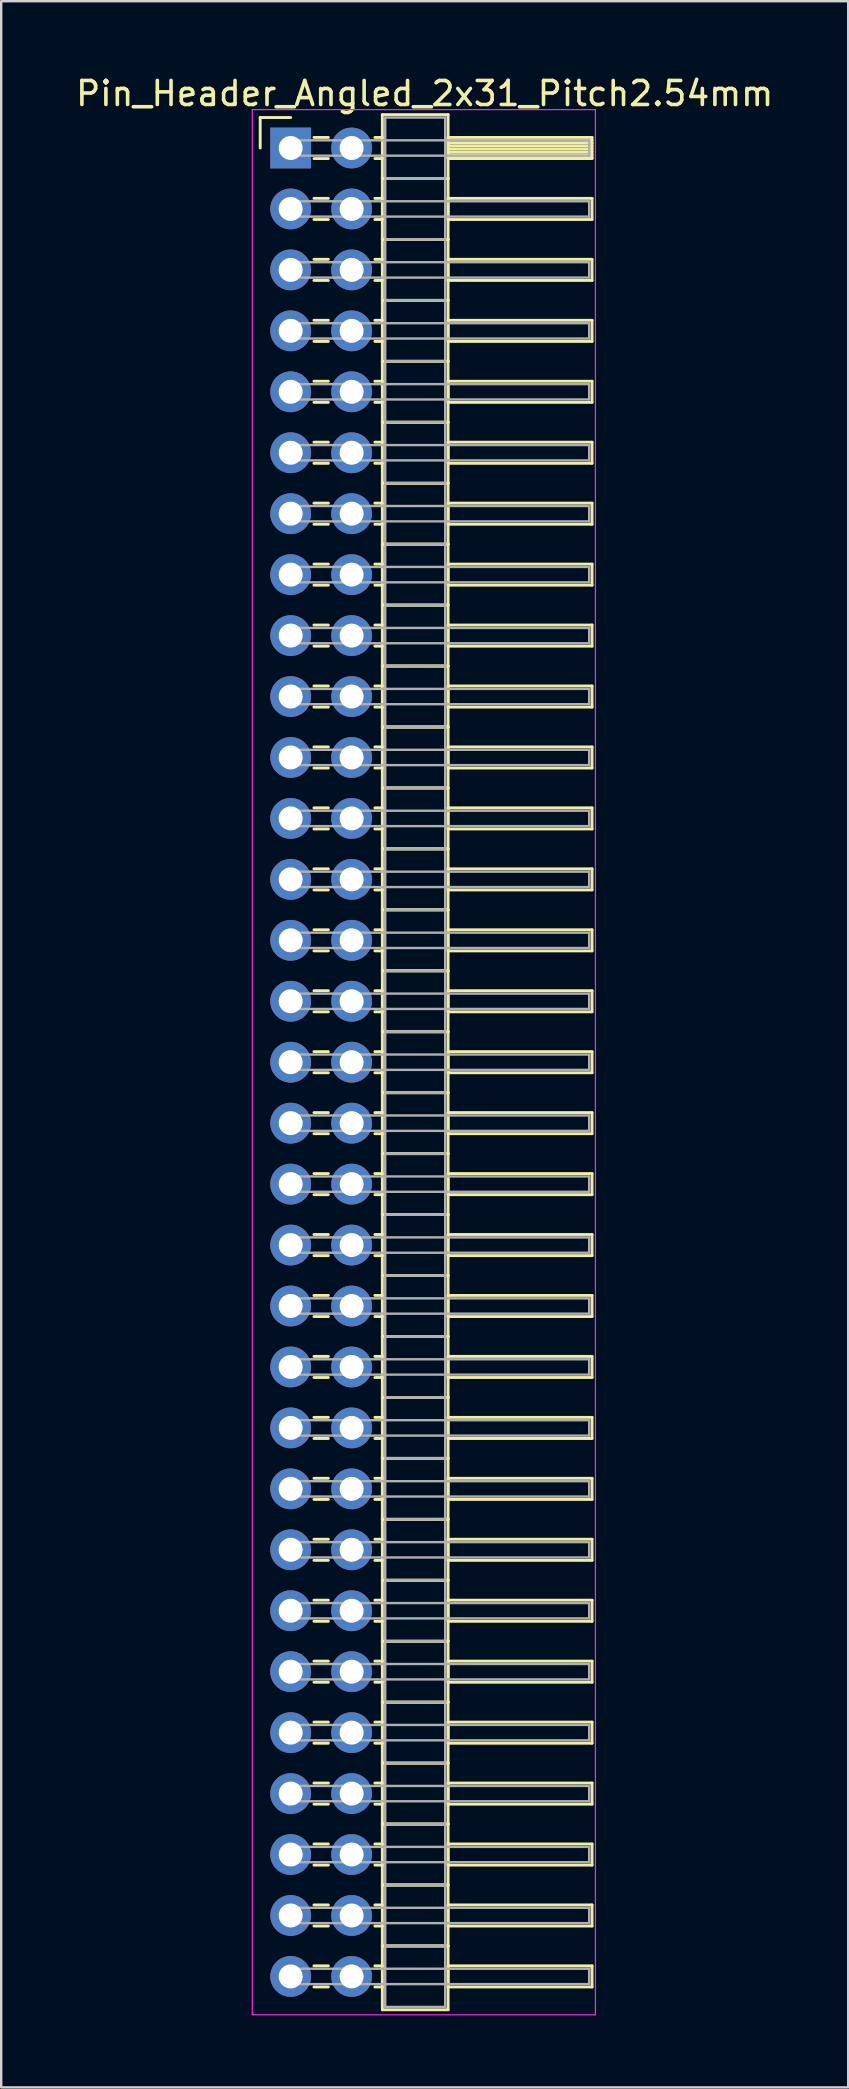
<source format=kicad_pcb>
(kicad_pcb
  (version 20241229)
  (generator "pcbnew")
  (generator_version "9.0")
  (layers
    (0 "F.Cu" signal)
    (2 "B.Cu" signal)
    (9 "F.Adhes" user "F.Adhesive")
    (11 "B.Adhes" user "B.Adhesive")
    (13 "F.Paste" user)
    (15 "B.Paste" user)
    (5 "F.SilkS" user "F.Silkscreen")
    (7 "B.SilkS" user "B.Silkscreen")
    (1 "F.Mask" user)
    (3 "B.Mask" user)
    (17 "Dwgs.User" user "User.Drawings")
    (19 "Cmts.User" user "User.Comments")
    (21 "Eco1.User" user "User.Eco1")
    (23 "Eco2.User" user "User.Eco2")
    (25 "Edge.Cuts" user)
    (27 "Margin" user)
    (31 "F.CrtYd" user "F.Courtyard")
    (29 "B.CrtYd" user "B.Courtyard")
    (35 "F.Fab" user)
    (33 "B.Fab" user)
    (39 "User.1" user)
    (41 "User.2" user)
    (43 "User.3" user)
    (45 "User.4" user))
  (footprint "Pin_Header_Angled_2x31_Pitch2.54mm"
    (layer "F.Cu")
    (at 9.064 3.118)
    (property "Reference" "Pin_Header_Angled_2x31_Pitch2.54mm" (at 5.585 -2.27 0) (layer "F.SilkS") (effects (font (size 1 1) (thickness 0.15))))
    (attr through_hole)
    (fp_line (start -1.27 -1.27) (end 0 -1.27) (stroke (width 0.12) (type solid)) (layer "F.SilkS"))
    (fp_line (start -1.27 0) (end -1.27 -1.27) (stroke (width 0.12) (type solid)) (layer "F.SilkS"))
    (fp_line (start 0.97 -0.44) (end 1.57 -0.44) (stroke (width 0.12) (type solid)) (layer "F.SilkS"))
    (fp_line (start 0.97 0.44) (end 1.57 0.44) (stroke (width 0.12) (type solid)) (layer "F.SilkS"))
    (fp_line (start 0.97 2.1) (end 1.57 2.1) (stroke (width 0.12) (type solid)) (layer "F.SilkS"))
    (fp_line (start 0.97 2.98) (end 1.57 2.98) (stroke (width 0.12) (type solid)) (layer "F.SilkS"))
    (fp_line (start 0.97 4.64) (end 1.57 4.64) (stroke (width 0.12) (type solid)) (layer "F.SilkS"))
    (fp_line (start 0.97 5.52) (end 1.57 5.52) (stroke (width 0.12) (type solid)) (layer "F.SilkS"))
    (fp_line (start 0.97 7.18) (end 1.57 7.18) (stroke (width 0.12) (type solid)) (layer "F.SilkS"))
    (fp_line (start 0.97 8.06) (end 1.57 8.06) (stroke (width 0.12) (type solid)) (layer "F.SilkS"))
    (fp_line (start 0.97 9.72) (end 1.57 9.72) (stroke (width 0.12) (type solid)) (layer "F.SilkS"))
    (fp_line (start 0.97 10.6) (end 1.57 10.6) (stroke (width 0.12) (type solid)) (layer "F.SilkS"))
    (fp_line (start 0.97 12.26) (end 1.57 12.26) (stroke (width 0.12) (type solid)) (layer "F.SilkS"))
    (fp_line (start 0.97 13.14) (end 1.57 13.14) (stroke (width 0.12) (type solid)) (layer "F.SilkS"))
    (fp_line (start 0.97 14.8) (end 1.57 14.8) (stroke (width 0.12) (type solid)) (layer "F.SilkS"))
    (fp_line (start 0.97 15.68) (end 1.57 15.68) (stroke (width 0.12) (type solid)) (layer "F.SilkS"))
    (fp_line (start 0.97 17.34) (end 1.57 17.34) (stroke (width 0.12) (type solid)) (layer "F.SilkS"))
    (fp_line (start 0.97 18.22) (end 1.57 18.22) (stroke (width 0.12) (type solid)) (layer "F.SilkS"))
    (fp_line (start 0.97 19.88) (end 1.57 19.88) (stroke (width 0.12) (type solid)) (layer "F.SilkS"))
    (fp_line (start 0.97 20.76) (end 1.57 20.76) (stroke (width 0.12) (type solid)) (layer "F.SilkS"))
    (fp_line (start 0.97 22.42) (end 1.57 22.42) (stroke (width 0.12) (type solid)) (layer "F.SilkS"))
    (fp_line (start 0.97 23.3) (end 1.57 23.3) (stroke (width 0.12) (type solid)) (layer "F.SilkS"))
    (fp_line (start 0.97 24.96) (end 1.57 24.96) (stroke (width 0.12) (type solid)) (layer "F.SilkS"))
    (fp_line (start 0.97 25.84) (end 1.57 25.84) (stroke (width 0.12) (type solid)) (layer "F.SilkS"))
    (fp_line (start 0.97 27.5) (end 1.57 27.5) (stroke (width 0.12) (type solid)) (layer "F.SilkS"))
    (fp_line (start 0.97 28.38) (end 1.57 28.38) (stroke (width 0.12) (type solid)) (layer "F.SilkS"))
    (fp_line (start 0.97 30.04) (end 1.57 30.04) (stroke (width 0.12) (type solid)) (layer "F.SilkS"))
    (fp_line (start 0.97 30.92) (end 1.57 30.92) (stroke (width 0.12) (type solid)) (layer "F.SilkS"))
    (fp_line (start 0.97 32.58) (end 1.57 32.58) (stroke (width 0.12) (type solid)) (layer "F.SilkS"))
    (fp_line (start 0.97 33.46) (end 1.57 33.46) (stroke (width 0.12) (type solid)) (layer "F.SilkS"))
    (fp_line (start 0.97 35.12) (end 1.57 35.12) (stroke (width 0.12) (type solid)) (layer "F.SilkS"))
    (fp_line (start 0.97 36) (end 1.57 36) (stroke (width 0.12) (type solid)) (layer "F.SilkS"))
    (fp_line (start 0.97 37.66) (end 1.57 37.66) (stroke (width 0.12) (type solid)) (layer "F.SilkS"))
    (fp_line (start 0.97 38.54) (end 1.57 38.54) (stroke (width 0.12) (type solid)) (layer "F.SilkS"))
    (fp_line (start 0.97 40.2) (end 1.57 40.2) (stroke (width 0.12) (type solid)) (layer "F.SilkS"))
    (fp_line (start 0.97 41.08) (end 1.57 41.08) (stroke (width 0.12) (type solid)) (layer "F.SilkS"))
    (fp_line (start 0.97 42.74) (end 1.57 42.74) (stroke (width 0.12) (type solid)) (layer "F.SilkS"))
    (fp_line (start 0.97 43.62) (end 1.57 43.62) (stroke (width 0.12) (type solid)) (layer "F.SilkS"))
    (fp_line (start 0.97 45.28) (end 1.57 45.28) (stroke (width 0.12) (type solid)) (layer "F.SilkS"))
    (fp_line (start 0.97 46.16) (end 1.57 46.16) (stroke (width 0.12) (type solid)) (layer "F.SilkS"))
    (fp_line (start 0.97 47.82) (end 1.57 47.82) (stroke (width 0.12) (type solid)) (layer "F.SilkS"))
    (fp_line (start 0.97 48.7) (end 1.57 48.7) (stroke (width 0.12) (type solid)) (layer "F.SilkS"))
    (fp_line (start 0.97 50.36) (end 1.57 50.36) (stroke (width 0.12) (type solid)) (layer "F.SilkS"))
    (fp_line (start 0.97 51.24) (end 1.57 51.24) (stroke (width 0.12) (type solid)) (layer "F.SilkS"))
    (fp_line (start 0.97 52.9) (end 1.57 52.9) (stroke (width 0.12) (type solid)) (layer "F.SilkS"))
    (fp_line (start 0.97 53.78) (end 1.57 53.78) (stroke (width 0.12) (type solid)) (layer "F.SilkS"))
    (fp_line (start 0.97 55.44) (end 1.57 55.44) (stroke (width 0.12) (type solid)) (layer "F.SilkS"))
    (fp_line (start 0.97 56.32) (end 1.57 56.32) (stroke (width 0.12) (type solid)) (layer "F.SilkS"))
    (fp_line (start 0.97 57.98) (end 1.57 57.98) (stroke (width 0.12) (type solid)) (layer "F.SilkS"))
    (fp_line (start 0.97 58.86) (end 1.57 58.86) (stroke (width 0.12) (type solid)) (layer "F.SilkS"))
    (fp_line (start 0.97 60.52) (end 1.57 60.52) (stroke (width 0.12) (type solid)) (layer "F.SilkS"))
    (fp_line (start 0.97 61.4) (end 1.57 61.4) (stroke (width 0.12) (type solid)) (layer "F.SilkS"))
    (fp_line (start 0.97 63.06) (end 1.57 63.06) (stroke (width 0.12) (type solid)) (layer "F.SilkS"))
    (fp_line (start 0.97 63.94) (end 1.57 63.94) (stroke (width 0.12) (type solid)) (layer "F.SilkS"))
    (fp_line (start 0.97 65.6) (end 1.57 65.6) (stroke (width 0.12) (type solid)) (layer "F.SilkS"))
    (fp_line (start 0.97 66.48) (end 1.57 66.48) (stroke (width 0.12) (type solid)) (layer "F.SilkS"))
    (fp_line (start 0.97 68.14) (end 1.57 68.14) (stroke (width 0.12) (type solid)) (layer "F.SilkS"))
    (fp_line (start 0.97 69.02) (end 1.57 69.02) (stroke (width 0.12) (type solid)) (layer "F.SilkS"))
    (fp_line (start 0.97 70.68) (end 1.57 70.68) (stroke (width 0.12) (type solid)) (layer "F.SilkS"))
    (fp_line (start 0.97 71.56) (end 1.57 71.56) (stroke (width 0.12) (type solid)) (layer "F.SilkS"))
    (fp_line (start 0.97 73.22) (end 1.57 73.22) (stroke (width 0.12) (type solid)) (layer "F.SilkS"))
    (fp_line (start 0.97 74.1) (end 1.57 74.1) (stroke (width 0.12) (type solid)) (layer "F.SilkS"))
    (fp_line (start 0.97 75.76) (end 1.57 75.76) (stroke (width 0.12) (type solid)) (layer "F.SilkS"))
    (fp_line (start 0.97 76.64) (end 1.57 76.64) (stroke (width 0.12) (type solid)) (layer "F.SilkS"))
    (fp_line (start 3.51 -0.44) (end 3.82 -0.44) (stroke (width 0.12) (type solid)) (layer "F.SilkS"))
    (fp_line (start 3.51 0.44) (end 3.82 0.44) (stroke (width 0.12) (type solid)) (layer "F.SilkS"))
    (fp_line (start 3.51 2.1) (end 3.82 2.1) (stroke (width 0.12) (type solid)) (layer "F.SilkS"))
    (fp_line (start 3.51 2.98) (end 3.82 2.98) (stroke (width 0.12) (type solid)) (layer "F.SilkS"))
    (fp_line (start 3.51 4.64) (end 3.82 4.64) (stroke (width 0.12) (type solid)) (layer "F.SilkS"))
    (fp_line (start 3.51 5.52) (end 3.82 5.52) (stroke (width 0.12) (type solid)) (layer "F.SilkS"))
    (fp_line (start 3.51 7.18) (end 3.82 7.18) (stroke (width 0.12) (type solid)) (layer "F.SilkS"))
    (fp_line (start 3.51 8.06) (end 3.82 8.06) (stroke (width 0.12) (type solid)) (layer "F.SilkS"))
    (fp_line (start 3.51 9.72) (end 3.82 9.72) (stroke (width 0.12) (type solid)) (layer "F.SilkS"))
    (fp_line (start 3.51 10.6) (end 3.82 10.6) (stroke (width 0.12) (type solid)) (layer "F.SilkS"))
    (fp_line (start 3.51 12.26) (end 3.82 12.26) (stroke (width 0.12) (type solid)) (layer "F.SilkS"))
    (fp_line (start 3.51 13.14) (end 3.82 13.14) (stroke (width 0.12) (type solid)) (layer "F.SilkS"))
    (fp_line (start 3.51 14.8) (end 3.82 14.8) (stroke (width 0.12) (type solid)) (layer "F.SilkS"))
    (fp_line (start 3.51 15.68) (end 3.82 15.68) (stroke (width 0.12) (type solid)) (layer "F.SilkS"))
    (fp_line (start 3.51 17.34) (end 3.82 17.34) (stroke (width 0.12) (type solid)) (layer "F.SilkS"))
    (fp_line (start 3.51 18.22) (end 3.82 18.22) (stroke (width 0.12) (type solid)) (layer "F.SilkS"))
    (fp_line (start 3.51 19.88) (end 3.82 19.88) (stroke (width 0.12) (type solid)) (layer "F.SilkS"))
    (fp_line (start 3.51 20.76) (end 3.82 20.76) (stroke (width 0.12) (type solid)) (layer "F.SilkS"))
    (fp_line (start 3.51 22.42) (end 3.82 22.42) (stroke (width 0.12) (type solid)) (layer "F.SilkS"))
    (fp_line (start 3.51 23.3) (end 3.82 23.3) (stroke (width 0.12) (type solid)) (layer "F.SilkS"))
    (fp_line (start 3.51 24.96) (end 3.82 24.96) (stroke (width 0.12) (type solid)) (layer "F.SilkS"))
    (fp_line (start 3.51 25.84) (end 3.82 25.84) (stroke (width 0.12) (type solid)) (layer "F.SilkS"))
    (fp_line (start 3.51 27.5) (end 3.82 27.5) (stroke (width 0.12) (type solid)) (layer "F.SilkS"))
    (fp_line (start 3.51 28.38) (end 3.82 28.38) (stroke (width 0.12) (type solid)) (layer "F.SilkS"))
    (fp_line (start 3.51 30.04) (end 3.82 30.04) (stroke (width 0.12) (type solid)) (layer "F.SilkS"))
    (fp_line (start 3.51 30.92) (end 3.82 30.92) (stroke (width 0.12) (type solid)) (layer "F.SilkS"))
    (fp_line (start 3.51 32.58) (end 3.82 32.58) (stroke (width 0.12) (type solid)) (layer "F.SilkS"))
    (fp_line (start 3.51 33.46) (end 3.82 33.46) (stroke (width 0.12) (type solid)) (layer "F.SilkS"))
    (fp_line (start 3.51 35.12) (end 3.82 35.12) (stroke (width 0.12) (type solid)) (layer "F.SilkS"))
    (fp_line (start 3.51 36) (end 3.82 36) (stroke (width 0.12) (type solid)) (layer "F.SilkS"))
    (fp_line (start 3.51 37.66) (end 3.82 37.66) (stroke (width 0.12) (type solid)) (layer "F.SilkS"))
    (fp_line (start 3.51 38.54) (end 3.82 38.54) (stroke (width 0.12) (type solid)) (layer "F.SilkS"))
    (fp_line (start 3.51 40.2) (end 3.82 40.2) (stroke (width 0.12) (type solid)) (layer "F.SilkS"))
    (fp_line (start 3.51 41.08) (end 3.82 41.08) (stroke (width 0.12) (type solid)) (layer "F.SilkS"))
    (fp_line (start 3.51 42.74) (end 3.82 42.74) (stroke (width 0.12) (type solid)) (layer "F.SilkS"))
    (fp_line (start 3.51 43.62) (end 3.82 43.62) (stroke (width 0.12) (type solid)) (layer "F.SilkS"))
    (fp_line (start 3.51 45.28) (end 3.82 45.28) (stroke (width 0.12) (type solid)) (layer "F.SilkS"))
    (fp_line (start 3.51 46.16) (end 3.82 46.16) (stroke (width 0.12) (type solid)) (layer "F.SilkS"))
    (fp_line (start 3.51 47.82) (end 3.82 47.82) (stroke (width 0.12) (type solid)) (layer "F.SilkS"))
    (fp_line (start 3.51 48.7) (end 3.82 48.7) (stroke (width 0.12) (type solid)) (layer "F.SilkS"))
    (fp_line (start 3.51 50.36) (end 3.82 50.36) (stroke (width 0.12) (type solid)) (layer "F.SilkS"))
    (fp_line (start 3.51 51.24) (end 3.82 51.24) (stroke (width 0.12) (type solid)) (layer "F.SilkS"))
    (fp_line (start 3.51 52.9) (end 3.82 52.9) (stroke (width 0.12) (type solid)) (layer "F.SilkS"))
    (fp_line (start 3.51 53.78) (end 3.82 53.78) (stroke (width 0.12) (type solid)) (layer "F.SilkS"))
    (fp_line (start 3.51 55.44) (end 3.82 55.44) (stroke (width 0.12) (type solid)) (layer "F.SilkS"))
    (fp_line (start 3.51 56.32) (end 3.82 56.32) (stroke (width 0.12) (type solid)) (layer "F.SilkS"))
    (fp_line (start 3.51 57.98) (end 3.82 57.98) (stroke (width 0.12) (type solid)) (layer "F.SilkS"))
    (fp_line (start 3.51 58.86) (end 3.82 58.86) (stroke (width 0.12) (type solid)) (layer "F.SilkS"))
    (fp_line (start 3.51 60.52) (end 3.82 60.52) (stroke (width 0.12) (type solid)) (layer "F.SilkS"))
    (fp_line (start 3.51 61.4) (end 3.82 61.4) (stroke (width 0.12) (type solid)) (layer "F.SilkS"))
    (fp_line (start 3.51 63.06) (end 3.82 63.06) (stroke (width 0.12) (type solid)) (layer "F.SilkS"))
    (fp_line (start 3.51 63.94) (end 3.82 63.94) (stroke (width 0.12) (type solid)) (layer "F.SilkS"))
    (fp_line (start 3.51 65.6) (end 3.82 65.6) (stroke (width 0.12) (type solid)) (layer "F.SilkS"))
    (fp_line (start 3.51 66.48) (end 3.82 66.48) (stroke (width 0.12) (type solid)) (layer "F.SilkS"))
    (fp_line (start 3.51 68.14) (end 3.82 68.14) (stroke (width 0.12) (type solid)) (layer "F.SilkS"))
    (fp_line (start 3.51 69.02) (end 3.82 69.02) (stroke (width 0.12) (type solid)) (layer "F.SilkS"))
    (fp_line (start 3.51 70.68) (end 3.82 70.68) (stroke (width 0.12) (type solid)) (layer "F.SilkS"))
    (fp_line (start 3.51 71.56) (end 3.82 71.56) (stroke (width 0.12) (type solid)) (layer "F.SilkS"))
    (fp_line (start 3.51 73.22) (end 3.82 73.22) (stroke (width 0.12) (type solid)) (layer "F.SilkS"))
    (fp_line (start 3.51 74.1) (end 3.82 74.1) (stroke (width 0.12) (type solid)) (layer "F.SilkS"))
    (fp_line (start 3.51 75.76) (end 3.82 75.76) (stroke (width 0.12) (type solid)) (layer "F.SilkS"))
    (fp_line (start 3.51 76.64) (end 3.82 76.64) (stroke (width 0.12) (type solid)) (layer "F.SilkS"))
    (fp_line (start 3.82 -1.39) (end 3.82 1.27) (stroke (width 0.12) (type solid)) (layer "F.SilkS"))
    (fp_line (start 3.82 1.27) (end 3.82 3.81) (stroke (width 0.12) (type solid)) (layer "F.SilkS"))
    (fp_line (start 3.82 1.27) (end 6.56 1.27) (stroke (width 0.12) (type solid)) (layer "F.SilkS"))
    (fp_line (start 3.82 3.81) (end 3.82 6.35) (stroke (width 0.12) (type solid)) (layer "F.SilkS"))
    (fp_line (start 3.82 3.81) (end 6.56 3.81) (stroke (width 0.12) (type solid)) (layer "F.SilkS"))
    (fp_line (start 3.82 6.35) (end 3.82 8.89) (stroke (width 0.12) (type solid)) (layer "F.SilkS"))
    (fp_line (start 3.82 6.35) (end 6.56 6.35) (stroke (width 0.12) (type solid)) (layer "F.SilkS"))
    (fp_line (start 3.82 8.89) (end 3.82 11.43) (stroke (width 0.12) (type solid)) (layer "F.SilkS"))
    (fp_line (start 3.82 8.89) (end 6.56 8.89) (stroke (width 0.12) (type solid)) (layer "F.SilkS"))
    (fp_line (start 3.82 11.43) (end 3.82 13.97) (stroke (width 0.12) (type solid)) (layer "F.SilkS"))
    (fp_line (start 3.82 11.43) (end 6.56 11.43) (stroke (width 0.12) (type solid)) (layer "F.SilkS"))
    (fp_line (start 3.82 13.97) (end 3.82 16.51) (stroke (width 0.12) (type solid)) (layer "F.SilkS"))
    (fp_line (start 3.82 13.97) (end 6.56 13.97) (stroke (width 0.12) (type solid)) (layer "F.SilkS"))
    (fp_line (start 3.82 16.51) (end 3.82 19.05) (stroke (width 0.12) (type solid)) (layer "F.SilkS"))
    (fp_line (start 3.82 16.51) (end 6.56 16.51) (stroke (width 0.12) (type solid)) (layer "F.SilkS"))
    (fp_line (start 3.82 19.05) (end 3.82 21.59) (stroke (width 0.12) (type solid)) (layer "F.SilkS"))
    (fp_line (start 3.82 19.05) (end 6.56 19.05) (stroke (width 0.12) (type solid)) (layer "F.SilkS"))
    (fp_line (start 3.82 21.59) (end 3.82 24.13) (stroke (width 0.12) (type solid)) (layer "F.SilkS"))
    (fp_line (start 3.82 21.59) (end 6.56 21.59) (stroke (width 0.12) (type solid)) (layer "F.SilkS"))
    (fp_line (start 3.82 24.13) (end 3.82 26.67) (stroke (width 0.12) (type solid)) (layer "F.SilkS"))
    (fp_line (start 3.82 24.13) (end 6.56 24.13) (stroke (width 0.12) (type solid)) (layer "F.SilkS"))
    (fp_line (start 3.82 26.67) (end 3.82 29.21) (stroke (width 0.12) (type solid)) (layer "F.SilkS"))
    (fp_line (start 3.82 26.67) (end 6.56 26.67) (stroke (width 0.12) (type solid)) (layer "F.SilkS"))
    (fp_line (start 3.82 29.21) (end 3.82 31.75) (stroke (width 0.12) (type solid)) (layer "F.SilkS"))
    (fp_line (start 3.82 29.21) (end 6.56 29.21) (stroke (width 0.12) (type solid)) (layer "F.SilkS"))
    (fp_line (start 3.82 31.75) (end 3.82 34.29) (stroke (width 0.12) (type solid)) (layer "F.SilkS"))
    (fp_line (start 3.82 31.75) (end 6.56 31.75) (stroke (width 0.12) (type solid)) (layer "F.SilkS"))
    (fp_line (start 3.82 34.29) (end 3.82 36.83) (stroke (width 0.12) (type solid)) (layer "F.SilkS"))
    (fp_line (start 3.82 34.29) (end 6.56 34.29) (stroke (width 0.12) (type solid)) (layer "F.SilkS"))
    (fp_line (start 3.82 36.83) (end 3.82 39.37) (stroke (width 0.12) (type solid)) (layer "F.SilkS"))
    (fp_line (start 3.82 36.83) (end 6.56 36.83) (stroke (width 0.12) (type solid)) (layer "F.SilkS"))
    (fp_line (start 3.82 39.37) (end 3.82 41.91) (stroke (width 0.12) (type solid)) (layer "F.SilkS"))
    (fp_line (start 3.82 39.37) (end 6.56 39.37) (stroke (width 0.12) (type solid)) (layer "F.SilkS"))
    (fp_line (start 3.82 41.91) (end 3.82 44.45) (stroke (width 0.12) (type solid)) (layer "F.SilkS"))
    (fp_line (start 3.82 41.91) (end 6.56 41.91) (stroke (width 0.12) (type solid)) (layer "F.SilkS"))
    (fp_line (start 3.82 44.45) (end 3.82 46.99) (stroke (width 0.12) (type solid)) (layer "F.SilkS"))
    (fp_line (start 3.82 44.45) (end 6.56 44.45) (stroke (width 0.12) (type solid)) (layer "F.SilkS"))
    (fp_line (start 3.82 46.99) (end 3.82 49.53) (stroke (width 0.12) (type solid)) (layer "F.SilkS"))
    (fp_line (start 3.82 46.99) (end 6.56 46.99) (stroke (width 0.12) (type solid)) (layer "F.SilkS"))
    (fp_line (start 3.82 49.53) (end 3.82 52.07) (stroke (width 0.12) (type solid)) (layer "F.SilkS"))
    (fp_line (start 3.82 49.53) (end 6.56 49.53) (stroke (width 0.12) (type solid)) (layer "F.SilkS"))
    (fp_line (start 3.82 52.07) (end 3.82 54.61) (stroke (width 0.12) (type solid)) (layer "F.SilkS"))
    (fp_line (start 3.82 52.07) (end 6.56 52.07) (stroke (width 0.12) (type solid)) (layer "F.SilkS"))
    (fp_line (start 3.82 54.61) (end 3.82 57.15) (stroke (width 0.12) (type solid)) (layer "F.SilkS"))
    (fp_line (start 3.82 54.61) (end 6.56 54.61) (stroke (width 0.12) (type solid)) (layer "F.SilkS"))
    (fp_line (start 3.82 57.15) (end 3.82 59.69) (stroke (width 0.12) (type solid)) (layer "F.SilkS"))
    (fp_line (start 3.82 57.15) (end 6.56 57.15) (stroke (width 0.12) (type solid)) (layer "F.SilkS"))
    (fp_line (start 3.82 59.69) (end 3.82 62.23) (stroke (width 0.12) (type solid)) (layer "F.SilkS"))
    (fp_line (start 3.82 59.69) (end 6.56 59.69) (stroke (width 0.12) (type solid)) (layer "F.SilkS"))
    (fp_line (start 3.82 62.23) (end 3.82 64.77) (stroke (width 0.12) (type solid)) (layer "F.SilkS"))
    (fp_line (start 3.82 62.23) (end 6.56 62.23) (stroke (width 0.12) (type solid)) (layer "F.SilkS"))
    (fp_line (start 3.82 64.77) (end 3.82 67.31) (stroke (width 0.12) (type solid)) (layer "F.SilkS"))
    (fp_line (start 3.82 64.77) (end 6.56 64.77) (stroke (width 0.12) (type solid)) (layer "F.SilkS"))
    (fp_line (start 3.82 67.31) (end 3.82 69.85) (stroke (width 0.12) (type solid)) (layer "F.SilkS"))
    (fp_line (start 3.82 67.31) (end 6.56 67.31) (stroke (width 0.12) (type solid)) (layer "F.SilkS"))
    (fp_line (start 3.82 69.85) (end 3.82 72.39) (stroke (width 0.12) (type solid)) (layer "F.SilkS"))
    (fp_line (start 3.82 69.85) (end 6.56 69.85) (stroke (width 0.12) (type solid)) (layer "F.SilkS"))
    (fp_line (start 3.82 72.39) (end 3.82 74.93) (stroke (width 0.12) (type solid)) (layer "F.SilkS"))
    (fp_line (start 3.82 72.39) (end 6.56 72.39) (stroke (width 0.12) (type solid)) (layer "F.SilkS"))
    (fp_line (start 3.82 74.93) (end 3.82 77.59) (stroke (width 0.12) (type solid)) (layer "F.SilkS"))
    (fp_line (start 3.82 74.93) (end 6.56 74.93) (stroke (width 0.12) (type solid)) (layer "F.SilkS"))
    (fp_line (start 3.82 77.59) (end 6.56 77.59) (stroke (width 0.12) (type solid)) (layer "F.SilkS"))
    (fp_line (start 6.56 -1.39) (end 3.82 -1.39) (stroke (width 0.12) (type solid)) (layer "F.SilkS"))
    (fp_line (start 6.56 -0.44) (end 6.56 0.44) (stroke (width 0.12) (type solid)) (layer "F.SilkS"))
    (fp_line (start 6.56 -0.32) (end 12.56 -0.32) (stroke (width 0.12) (type solid)) (layer "F.SilkS"))
    (fp_line (start 6.56 -0.2) (end 12.56 -0.2) (stroke (width 0.12) (type solid)) (layer "F.SilkS"))
    (fp_line (start 6.56 -0.08) (end 12.56 -0.08) (stroke (width 0.12) (type solid)) (layer "F.SilkS"))
    (fp_line (start 6.56 0.04) (end 12.56 0.04) (stroke (width 0.12) (type solid)) (layer "F.SilkS"))
    (fp_line (start 6.56 0.16) (end 12.56 0.16) (stroke (width 0.12) (type solid)) (layer "F.SilkS"))
    (fp_line (start 6.56 0.28) (end 12.56 0.28) (stroke (width 0.12) (type solid)) (layer "F.SilkS"))
    (fp_line (start 6.56 0.4) (end 12.56 0.4) (stroke (width 0.12) (type solid)) (layer "F.SilkS"))
    (fp_line (start 6.56 0.44) (end 12.56 0.44) (stroke (width 0.12) (type solid)) (layer "F.SilkS"))
    (fp_line (start 6.56 1.27) (end 3.82 1.27) (stroke (width 0.12) (type solid)) (layer "F.SilkS"))
    (fp_line (start 6.56 1.27) (end 6.56 -1.39) (stroke (width 0.12) (type solid)) (layer "F.SilkS"))
    (fp_line (start 6.56 2.1) (end 6.56 2.98) (stroke (width 0.12) (type solid)) (layer "F.SilkS"))
    (fp_line (start 6.56 2.98) (end 12.56 2.98) (stroke (width 0.12) (type solid)) (layer "F.SilkS"))
    (fp_line (start 6.56 3.81) (end 3.82 3.81) (stroke (width 0.12) (type solid)) (layer "F.SilkS"))
    (fp_line (start 6.56 3.81) (end 6.56 1.27) (stroke (width 0.12) (type solid)) (layer "F.SilkS"))
    (fp_line (start 6.56 4.64) (end 6.56 5.52) (stroke (width 0.12) (type solid)) (layer "F.SilkS"))
    (fp_line (start 6.56 5.52) (end 12.56 5.52) (stroke (width 0.12) (type solid)) (layer "F.SilkS"))
    (fp_line (start 6.56 6.35) (end 3.82 6.35) (stroke (width 0.12) (type solid)) (layer "F.SilkS"))
    (fp_line (start 6.56 6.35) (end 6.56 3.81) (stroke (width 0.12) (type solid)) (layer "F.SilkS"))
    (fp_line (start 6.56 7.18) (end 6.56 8.06) (stroke (width 0.12) (type solid)) (layer "F.SilkS"))
    (fp_line (start 6.56 8.06) (end 12.56 8.06) (stroke (width 0.12) (type solid)) (layer "F.SilkS"))
    (fp_line (start 6.56 8.89) (end 3.82 8.89) (stroke (width 0.12) (type solid)) (layer "F.SilkS"))
    (fp_line (start 6.56 8.89) (end 6.56 6.35) (stroke (width 0.12) (type solid)) (layer "F.SilkS"))
    (fp_line (start 6.56 9.72) (end 6.56 10.6) (stroke (width 0.12) (type solid)) (layer "F.SilkS"))
    (fp_line (start 6.56 10.6) (end 12.56 10.6) (stroke (width 0.12) (type solid)) (layer "F.SilkS"))
    (fp_line (start 6.56 11.43) (end 3.82 11.43) (stroke (width 0.12) (type solid)) (layer "F.SilkS"))
    (fp_line (start 6.56 11.43) (end 6.56 8.89) (stroke (width 0.12) (type solid)) (layer "F.SilkS"))
    (fp_line (start 6.56 12.26) (end 6.56 13.14) (stroke (width 0.12) (type solid)) (layer "F.SilkS"))
    (fp_line (start 6.56 13.14) (end 12.56 13.14) (stroke (width 0.12) (type solid)) (layer "F.SilkS"))
    (fp_line (start 6.56 13.97) (end 3.82 13.97) (stroke (width 0.12) (type solid)) (layer "F.SilkS"))
    (fp_line (start 6.56 13.97) (end 6.56 11.43) (stroke (width 0.12) (type solid)) (layer "F.SilkS"))
    (fp_line (start 6.56 14.8) (end 6.56 15.68) (stroke (width 0.12) (type solid)) (layer "F.SilkS"))
    (fp_line (start 6.56 15.68) (end 12.56 15.68) (stroke (width 0.12) (type solid)) (layer "F.SilkS"))
    (fp_line (start 6.56 16.51) (end 3.82 16.51) (stroke (width 0.12) (type solid)) (layer "F.SilkS"))
    (fp_line (start 6.56 16.51) (end 6.56 13.97) (stroke (width 0.12) (type solid)) (layer "F.SilkS"))
    (fp_line (start 6.56 17.34) (end 6.56 18.22) (stroke (width 0.12) (type solid)) (layer "F.SilkS"))
    (fp_line (start 6.56 18.22) (end 12.56 18.22) (stroke (width 0.12) (type solid)) (layer "F.SilkS"))
    (fp_line (start 6.56 19.05) (end 3.82 19.05) (stroke (width 0.12) (type solid)) (layer "F.SilkS"))
    (fp_line (start 6.56 19.05) (end 6.56 16.51) (stroke (width 0.12) (type solid)) (layer "F.SilkS"))
    (fp_line (start 6.56 19.88) (end 6.56 20.76) (stroke (width 0.12) (type solid)) (layer "F.SilkS"))
    (fp_line (start 6.56 20.76) (end 12.56 20.76) (stroke (width 0.12) (type solid)) (layer "F.SilkS"))
    (fp_line (start 6.56 21.59) (end 3.82 21.59) (stroke (width 0.12) (type solid)) (layer "F.SilkS"))
    (fp_line (start 6.56 21.59) (end 6.56 19.05) (stroke (width 0.12) (type solid)) (layer "F.SilkS"))
    (fp_line (start 6.56 22.42) (end 6.56 23.3) (stroke (width 0.12) (type solid)) (layer "F.SilkS"))
    (fp_line (start 6.56 23.3) (end 12.56 23.3) (stroke (width 0.12) (type solid)) (layer "F.SilkS"))
    (fp_line (start 6.56 24.13) (end 3.82 24.13) (stroke (width 0.12) (type solid)) (layer "F.SilkS"))
    (fp_line (start 6.56 24.13) (end 6.56 21.59) (stroke (width 0.12) (type solid)) (layer "F.SilkS"))
    (fp_line (start 6.56 24.96) (end 6.56 25.84) (stroke (width 0.12) (type solid)) (layer "F.SilkS"))
    (fp_line (start 6.56 25.84) (end 12.56 25.84) (stroke (width 0.12) (type solid)) (layer "F.SilkS"))
    (fp_line (start 6.56 26.67) (end 3.82 26.67) (stroke (width 0.12) (type solid)) (layer "F.SilkS"))
    (fp_line (start 6.56 26.67) (end 6.56 24.13) (stroke (width 0.12) (type solid)) (layer "F.SilkS"))
    (fp_line (start 6.56 27.5) (end 6.56 28.38) (stroke (width 0.12) (type solid)) (layer "F.SilkS"))
    (fp_line (start 6.56 28.38) (end 12.56 28.38) (stroke (width 0.12) (type solid)) (layer "F.SilkS"))
    (fp_line (start 6.56 29.21) (end 3.82 29.21) (stroke (width 0.12) (type solid)) (layer "F.SilkS"))
    (fp_line (start 6.56 29.21) (end 6.56 26.67) (stroke (width 0.12) (type solid)) (layer "F.SilkS"))
    (fp_line (start 6.56 30.04) (end 6.56 30.92) (stroke (width 0.12) (type solid)) (layer "F.SilkS"))
    (fp_line (start 6.56 30.92) (end 12.56 30.92) (stroke (width 0.12) (type solid)) (layer "F.SilkS"))
    (fp_line (start 6.56 31.75) (end 3.82 31.75) (stroke (width 0.12) (type solid)) (layer "F.SilkS"))
    (fp_line (start 6.56 31.75) (end 6.56 29.21) (stroke (width 0.12) (type solid)) (layer "F.SilkS"))
    (fp_line (start 6.56 32.58) (end 6.56 33.46) (stroke (width 0.12) (type solid)) (layer "F.SilkS"))
    (fp_line (start 6.56 33.46) (end 12.56 33.46) (stroke (width 0.12) (type solid)) (layer "F.SilkS"))
    (fp_line (start 6.56 34.29) (end 3.82 34.29) (stroke (width 0.12) (type solid)) (layer "F.SilkS"))
    (fp_line (start 6.56 34.29) (end 6.56 31.75) (stroke (width 0.12) (type solid)) (layer "F.SilkS"))
    (fp_line (start 6.56 35.12) (end 6.56 36) (stroke (width 0.12) (type solid)) (layer "F.SilkS"))
    (fp_line (start 6.56 36) (end 12.56 36) (stroke (width 0.12) (type solid)) (layer "F.SilkS"))
    (fp_line (start 6.56 36.83) (end 3.82 36.83) (stroke (width 0.12) (type solid)) (layer "F.SilkS"))
    (fp_line (start 6.56 36.83) (end 6.56 34.29) (stroke (width 0.12) (type solid)) (layer "F.SilkS"))
    (fp_line (start 6.56 37.66) (end 6.56 38.54) (stroke (width 0.12) (type solid)) (layer "F.SilkS"))
    (fp_line (start 6.56 38.54) (end 12.56 38.54) (stroke (width 0.12) (type solid)) (layer "F.SilkS"))
    (fp_line (start 6.56 39.37) (end 3.82 39.37) (stroke (width 0.12) (type solid)) (layer "F.SilkS"))
    (fp_line (start 6.56 39.37) (end 6.56 36.83) (stroke (width 0.12) (type solid)) (layer "F.SilkS"))
    (fp_line (start 6.56 40.2) (end 6.56 41.08) (stroke (width 0.12) (type solid)) (layer "F.SilkS"))
    (fp_line (start 6.56 41.08) (end 12.56 41.08) (stroke (width 0.12) (type solid)) (layer "F.SilkS"))
    (fp_line (start 6.56 41.91) (end 3.82 41.91) (stroke (width 0.12) (type solid)) (layer "F.SilkS"))
    (fp_line (start 6.56 41.91) (end 6.56 39.37) (stroke (width 0.12) (type solid)) (layer "F.SilkS"))
    (fp_line (start 6.56 42.74) (end 6.56 43.62) (stroke (width 0.12) (type solid)) (layer "F.SilkS"))
    (fp_line (start 6.56 43.62) (end 12.56 43.62) (stroke (width 0.12) (type solid)) (layer "F.SilkS"))
    (fp_line (start 6.56 44.45) (end 3.82 44.45) (stroke (width 0.12) (type solid)) (layer "F.SilkS"))
    (fp_line (start 6.56 44.45) (end 6.56 41.91) (stroke (width 0.12) (type solid)) (layer "F.SilkS"))
    (fp_line (start 6.56 45.28) (end 6.56 46.16) (stroke (width 0.12) (type solid)) (layer "F.SilkS"))
    (fp_line (start 6.56 46.16) (end 12.56 46.16) (stroke (width 0.12) (type solid)) (layer "F.SilkS"))
    (fp_line (start 6.56 46.99) (end 3.82 46.99) (stroke (width 0.12) (type solid)) (layer "F.SilkS"))
    (fp_line (start 6.56 46.99) (end 6.56 44.45) (stroke (width 0.12) (type solid)) (layer "F.SilkS"))
    (fp_line (start 6.56 47.82) (end 6.56 48.7) (stroke (width 0.12) (type solid)) (layer "F.SilkS"))
    (fp_line (start 6.56 48.7) (end 12.56 48.7) (stroke (width 0.12) (type solid)) (layer "F.SilkS"))
    (fp_line (start 6.56 49.53) (end 3.82 49.53) (stroke (width 0.12) (type solid)) (layer "F.SilkS"))
    (fp_line (start 6.56 49.53) (end 6.56 46.99) (stroke (width 0.12) (type solid)) (layer "F.SilkS"))
    (fp_line (start 6.56 50.36) (end 6.56 51.24) (stroke (width 0.12) (type solid)) (layer "F.SilkS"))
    (fp_line (start 6.56 51.24) (end 12.56 51.24) (stroke (width 0.12) (type solid)) (layer "F.SilkS"))
    (fp_line (start 6.56 52.07) (end 3.82 52.07) (stroke (width 0.12) (type solid)) (layer "F.SilkS"))
    (fp_line (start 6.56 52.07) (end 6.56 49.53) (stroke (width 0.12) (type solid)) (layer "F.SilkS"))
    (fp_line (start 6.56 52.9) (end 6.56 53.78) (stroke (width 0.12) (type solid)) (layer "F.SilkS"))
    (fp_line (start 6.56 53.78) (end 12.56 53.78) (stroke (width 0.12) (type solid)) (layer "F.SilkS"))
    (fp_line (start 6.56 54.61) (end 3.82 54.61) (stroke (width 0.12) (type solid)) (layer "F.SilkS"))
    (fp_line (start 6.56 54.61) (end 6.56 52.07) (stroke (width 0.12) (type solid)) (layer "F.SilkS"))
    (fp_line (start 6.56 55.44) (end 6.56 56.32) (stroke (width 0.12) (type solid)) (layer "F.SilkS"))
    (fp_line (start 6.56 56.32) (end 12.56 56.32) (stroke (width 0.12) (type solid)) (layer "F.SilkS"))
    (fp_line (start 6.56 57.15) (end 3.82 57.15) (stroke (width 0.12) (type solid)) (layer "F.SilkS"))
    (fp_line (start 6.56 57.15) (end 6.56 54.61) (stroke (width 0.12) (type solid)) (layer "F.SilkS"))
    (fp_line (start 6.56 57.98) (end 6.56 58.86) (stroke (width 0.12) (type solid)) (layer "F.SilkS"))
    (fp_line (start 6.56 58.86) (end 12.56 58.86) (stroke (width 0.12) (type solid)) (layer "F.SilkS"))
    (fp_line (start 6.56 59.69) (end 3.82 59.69) (stroke (width 0.12) (type solid)) (layer "F.SilkS"))
    (fp_line (start 6.56 59.69) (end 6.56 57.15) (stroke (width 0.12) (type solid)) (layer "F.SilkS"))
    (fp_line (start 6.56 60.52) (end 6.56 61.4) (stroke (width 0.12) (type solid)) (layer "F.SilkS"))
    (fp_line (start 6.56 61.4) (end 12.56 61.4) (stroke (width 0.12) (type solid)) (layer "F.SilkS"))
    (fp_line (start 6.56 62.23) (end 3.82 62.23) (stroke (width 0.12) (type solid)) (layer "F.SilkS"))
    (fp_line (start 6.56 62.23) (end 6.56 59.69) (stroke (width 0.12) (type solid)) (layer "F.SilkS"))
    (fp_line (start 6.56 63.06) (end 6.56 63.94) (stroke (width 0.12) (type solid)) (layer "F.SilkS"))
    (fp_line (start 6.56 63.94) (end 12.56 63.94) (stroke (width 0.12) (type solid)) (layer "F.SilkS"))
    (fp_line (start 6.56 64.77) (end 3.82 64.77) (stroke (width 0.12) (type solid)) (layer "F.SilkS"))
    (fp_line (start 6.56 64.77) (end 6.56 62.23) (stroke (width 0.12) (type solid)) (layer "F.SilkS"))
    (fp_line (start 6.56 65.6) (end 6.56 66.48) (stroke (width 0.12) (type solid)) (layer "F.SilkS"))
    (fp_line (start 6.56 66.48) (end 12.56 66.48) (stroke (width 0.12) (type solid)) (layer "F.SilkS"))
    (fp_line (start 6.56 67.31) (end 3.82 67.31) (stroke (width 0.12) (type solid)) (layer "F.SilkS"))
    (fp_line (start 6.56 67.31) (end 6.56 64.77) (stroke (width 0.12) (type solid)) (layer "F.SilkS"))
    (fp_line (start 6.56 68.14) (end 6.56 69.02) (stroke (width 0.12) (type solid)) (layer "F.SilkS"))
    (fp_line (start 6.56 69.02) (end 12.56 69.02) (stroke (width 0.12) (type solid)) (layer "F.SilkS"))
    (fp_line (start 6.56 69.85) (end 3.82 69.85) (stroke (width 0.12) (type solid)) (layer "F.SilkS"))
    (fp_line (start 6.56 69.85) (end 6.56 67.31) (stroke (width 0.12) (type solid)) (layer "F.SilkS"))
    (fp_line (start 6.56 70.68) (end 6.56 71.56) (stroke (width 0.12) (type solid)) (layer "F.SilkS"))
    (fp_line (start 6.56 71.56) (end 12.56 71.56) (stroke (width 0.12) (type solid)) (layer "F.SilkS"))
    (fp_line (start 6.56 72.39) (end 3.82 72.39) (stroke (width 0.12) (type solid)) (layer "F.SilkS"))
    (fp_line (start 6.56 72.39) (end 6.56 69.85) (stroke (width 0.12) (type solid)) (layer "F.SilkS"))
    (fp_line (start 6.56 73.22) (end 6.56 74.1) (stroke (width 0.12) (type solid)) (layer "F.SilkS"))
    (fp_line (start 6.56 74.1) (end 12.56 74.1) (stroke (width 0.12) (type solid)) (layer "F.SilkS"))
    (fp_line (start 6.56 74.93) (end 3.82 74.93) (stroke (width 0.12) (type solid)) (layer "F.SilkS"))
    (fp_line (start 6.56 74.93) (end 6.56 72.39) (stroke (width 0.12) (type solid)) (layer "F.SilkS"))
    (fp_line (start 6.56 75.76) (end 6.56 76.64) (stroke (width 0.12) (type solid)) (layer "F.SilkS"))
    (fp_line (start 6.56 76.64) (end 12.56 76.64) (stroke (width 0.12) (type solid)) (layer "F.SilkS"))
    (fp_line (start 6.56 77.59) (end 6.56 74.93) (stroke (width 0.12) (type solid)) (layer "F.SilkS"))
    (fp_line (start 12.56 -0.44) (end 6.56 -0.44) (stroke (width 0.12) (type solid)) (layer "F.SilkS"))
    (fp_line (start 12.56 0.44) (end 12.56 -0.44) (stroke (width 0.12) (type solid)) (layer "F.SilkS"))
    (fp_line (start 12.56 2.1) (end 6.56 2.1) (stroke (width 0.12) (type solid)) (layer "F.SilkS"))
    (fp_line (start 12.56 2.98) (end 12.56 2.1) (stroke (width 0.12) (type solid)) (layer "F.SilkS"))
    (fp_line (start 12.56 4.64) (end 6.56 4.64) (stroke (width 0.12) (type solid)) (layer "F.SilkS"))
    (fp_line (start 12.56 5.52) (end 12.56 4.64) (stroke (width 0.12) (type solid)) (layer "F.SilkS"))
    (fp_line (start 12.56 7.18) (end 6.56 7.18) (stroke (width 0.12) (type solid)) (layer "F.SilkS"))
    (fp_line (start 12.56 8.06) (end 12.56 7.18) (stroke (width 0.12) (type solid)) (layer "F.SilkS"))
    (fp_line (start 12.56 9.72) (end 6.56 9.72) (stroke (width 0.12) (type solid)) (layer "F.SilkS"))
    (fp_line (start 12.56 10.6) (end 12.56 9.72) (stroke (width 0.12) (type solid)) (layer "F.SilkS"))
    (fp_line (start 12.56 12.26) (end 6.56 12.26) (stroke (width 0.12) (type solid)) (layer "F.SilkS"))
    (fp_line (start 12.56 13.14) (end 12.56 12.26) (stroke (width 0.12) (type solid)) (layer "F.SilkS"))
    (fp_line (start 12.56 14.8) (end 6.56 14.8) (stroke (width 0.12) (type solid)) (layer "F.SilkS"))
    (fp_line (start 12.56 15.68) (end 12.56 14.8) (stroke (width 0.12) (type solid)) (layer "F.SilkS"))
    (fp_line (start 12.56 17.34) (end 6.56 17.34) (stroke (width 0.12) (type solid)) (layer "F.SilkS"))
    (fp_line (start 12.56 18.22) (end 12.56 17.34) (stroke (width 0.12) (type solid)) (layer "F.SilkS"))
    (fp_line (start 12.56 19.88) (end 6.56 19.88) (stroke (width 0.12) (type solid)) (layer "F.SilkS"))
    (fp_line (start 12.56 20.76) (end 12.56 19.88) (stroke (width 0.12) (type solid)) (layer "F.SilkS"))
    (fp_line (start 12.56 22.42) (end 6.56 22.42) (stroke (width 0.12) (type solid)) (layer "F.SilkS"))
    (fp_line (start 12.56 23.3) (end 12.56 22.42) (stroke (width 0.12) (type solid)) (layer "F.SilkS"))
    (fp_line (start 12.56 24.96) (end 6.56 24.96) (stroke (width 0.12) (type solid)) (layer "F.SilkS"))
    (fp_line (start 12.56 25.84) (end 12.56 24.96) (stroke (width 0.12) (type solid)) (layer "F.SilkS"))
    (fp_line (start 12.56 27.5) (end 6.56 27.5) (stroke (width 0.12) (type solid)) (layer "F.SilkS"))
    (fp_line (start 12.56 28.38) (end 12.56 27.5) (stroke (width 0.12) (type solid)) (layer "F.SilkS"))
    (fp_line (start 12.56 30.04) (end 6.56 30.04) (stroke (width 0.12) (type solid)) (layer "F.SilkS"))
    (fp_line (start 12.56 30.92) (end 12.56 30.04) (stroke (width 0.12) (type solid)) (layer "F.SilkS"))
    (fp_line (start 12.56 32.58) (end 6.56 32.58) (stroke (width 0.12) (type solid)) (layer "F.SilkS"))
    (fp_line (start 12.56 33.46) (end 12.56 32.58) (stroke (width 0.12) (type solid)) (layer "F.SilkS"))
    (fp_line (start 12.56 35.12) (end 6.56 35.12) (stroke (width 0.12) (type solid)) (layer "F.SilkS"))
    (fp_line (start 12.56 36) (end 12.56 35.12) (stroke (width 0.12) (type solid)) (layer "F.SilkS"))
    (fp_line (start 12.56 37.66) (end 6.56 37.66) (stroke (width 0.12) (type solid)) (layer "F.SilkS"))
    (fp_line (start 12.56 38.54) (end 12.56 37.66) (stroke (width 0.12) (type solid)) (layer "F.SilkS"))
    (fp_line (start 12.56 40.2) (end 6.56 40.2) (stroke (width 0.12) (type solid)) (layer "F.SilkS"))
    (fp_line (start 12.56 41.08) (end 12.56 40.2) (stroke (width 0.12) (type solid)) (layer "F.SilkS"))
    (fp_line (start 12.56 42.74) (end 6.56 42.74) (stroke (width 0.12) (type solid)) (layer "F.SilkS"))
    (fp_line (start 12.56 43.62) (end 12.56 42.74) (stroke (width 0.12) (type solid)) (layer "F.SilkS"))
    (fp_line (start 12.56 45.28) (end 6.56 45.28) (stroke (width 0.12) (type solid)) (layer "F.SilkS"))
    (fp_line (start 12.56 46.16) (end 12.56 45.28) (stroke (width 0.12) (type solid)) (layer "F.SilkS"))
    (fp_line (start 12.56 47.82) (end 6.56 47.82) (stroke (width 0.12) (type solid)) (layer "F.SilkS"))
    (fp_line (start 12.56 48.7) (end 12.56 47.82) (stroke (width 0.12) (type solid)) (layer "F.SilkS"))
    (fp_line (start 12.56 50.36) (end 6.56 50.36) (stroke (width 0.12) (type solid)) (layer "F.SilkS"))
    (fp_line (start 12.56 51.24) (end 12.56 50.36) (stroke (width 0.12) (type solid)) (layer "F.SilkS"))
    (fp_line (start 12.56 52.9) (end 6.56 52.9) (stroke (width 0.12) (type solid)) (layer "F.SilkS"))
    (fp_line (start 12.56 53.78) (end 12.56 52.9) (stroke (width 0.12) (type solid)) (layer "F.SilkS"))
    (fp_line (start 12.56 55.44) (end 6.56 55.44) (stroke (width 0.12) (type solid)) (layer "F.SilkS"))
    (fp_line (start 12.56 56.32) (end 12.56 55.44) (stroke (width 0.12) (type solid)) (layer "F.SilkS"))
    (fp_line (start 12.56 57.98) (end 6.56 57.98) (stroke (width 0.12) (type solid)) (layer "F.SilkS"))
    (fp_line (start 12.56 58.86) (end 12.56 57.98) (stroke (width 0.12) (type solid)) (layer "F.SilkS"))
    (fp_line (start 12.56 60.52) (end 6.56 60.52) (stroke (width 0.12) (type solid)) (layer "F.SilkS"))
    (fp_line (start 12.56 61.4) (end 12.56 60.52) (stroke (width 0.12) (type solid)) (layer "F.SilkS"))
    (fp_line (start 12.56 63.06) (end 6.56 63.06) (stroke (width 0.12) (type solid)) (layer "F.SilkS"))
    (fp_line (start 12.56 63.94) (end 12.56 63.06) (stroke (width 0.12) (type solid)) (layer "F.SilkS"))
    (fp_line (start 12.56 65.6) (end 6.56 65.6) (stroke (width 0.12) (type solid)) (layer "F.SilkS"))
    (fp_line (start 12.56 66.48) (end 12.56 65.6) (stroke (width 0.12) (type solid)) (layer "F.SilkS"))
    (fp_line (start 12.56 68.14) (end 6.56 68.14) (stroke (width 0.12) (type solid)) (layer "F.SilkS"))
    (fp_line (start 12.56 69.02) (end 12.56 68.14) (stroke (width 0.12) (type solid)) (layer "F.SilkS"))
    (fp_line (start 12.56 70.68) (end 6.56 70.68) (stroke (width 0.12) (type solid)) (layer "F.SilkS"))
    (fp_line (start 12.56 71.56) (end 12.56 70.68) (stroke (width 0.12) (type solid)) (layer "F.SilkS"))
    (fp_line (start 12.56 73.22) (end 6.56 73.22) (stroke (width 0.12) (type solid)) (layer "F.SilkS"))
    (fp_line (start 12.56 74.1) (end 12.56 73.22) (stroke (width 0.12) (type solid)) (layer "F.SilkS"))
    (fp_line (start 12.56 75.76) (end 6.56 75.76) (stroke (width 0.12) (type solid)) (layer "F.SilkS"))
    (fp_line (start 12.56 76.64) (end 12.56 75.76) (stroke (width 0.12) (type solid)) (layer "F.SilkS"))
    (fp_line (start -1.6 -1.6) (end -1.6 77.8) (stroke (width 0.05) (type solid)) (layer "F.CrtYd"))
    (fp_line (start -1.6 77.8) (end 12.7 77.8) (stroke (width 0.05) (type solid)) (layer "F.CrtYd"))
    (fp_line (start 12.7 -1.6) (end -1.6 -1.6) (stroke (width 0.05) (type solid)) (layer "F.CrtYd"))
    (fp_line (start 12.7 77.8) (end 12.7 -1.6) (stroke (width 0.05) (type solid)) (layer "F.CrtYd"))
    (fp_line (start 0 -0.32) (end 0 0.32) (stroke (width 0.1) (type solid)) (layer "F.Fab"))
    (fp_line (start 0 0.32) (end 12.44 0.32) (stroke (width 0.1) (type solid)) (layer "F.Fab"))
    (fp_line (start 0 2.22) (end 0 2.86) (stroke (width 0.1) (type solid)) (layer "F.Fab"))
    (fp_line (start 0 2.86) (end 12.44 2.86) (stroke (width 0.1) (type solid)) (layer "F.Fab"))
    (fp_line (start 0 4.76) (end 0 5.4) (stroke (width 0.1) (type solid)) (layer "F.Fab"))
    (fp_line (start 0 5.4) (end 12.44 5.4) (stroke (width 0.1) (type solid)) (layer "F.Fab"))
    (fp_line (start 0 7.3) (end 0 7.94) (stroke (width 0.1) (type solid)) (layer "F.Fab"))
    (fp_line (start 0 7.94) (end 12.44 7.94) (stroke (width 0.1) (type solid)) (layer "F.Fab"))
    (fp_line (start 0 9.84) (end 0 10.48) (stroke (width 0.1) (type solid)) (layer "F.Fab"))
    (fp_line (start 0 10.48) (end 12.44 10.48) (stroke (width 0.1) (type solid)) (layer "F.Fab"))
    (fp_line (start 0 12.38) (end 0 13.02) (stroke (width 0.1) (type solid)) (layer "F.Fab"))
    (fp_line (start 0 13.02) (end 12.44 13.02) (stroke (width 0.1) (type solid)) (layer "F.Fab"))
    (fp_line (start 0 14.92) (end 0 15.56) (stroke (width 0.1) (type solid)) (layer "F.Fab"))
    (fp_line (start 0 15.56) (end 12.44 15.56) (stroke (width 0.1) (type solid)) (layer "F.Fab"))
    (fp_line (start 0 17.46) (end 0 18.1) (stroke (width 0.1) (type solid)) (layer "F.Fab"))
    (fp_line (start 0 18.1) (end 12.44 18.1) (stroke (width 0.1) (type solid)) (layer "F.Fab"))
    (fp_line (start 0 20) (end 0 20.64) (stroke (width 0.1) (type solid)) (layer "F.Fab"))
    (fp_line (start 0 20.64) (end 12.44 20.64) (stroke (width 0.1) (type solid)) (layer "F.Fab"))
    (fp_line (start 0 22.54) (end 0 23.18) (stroke (width 0.1) (type solid)) (layer "F.Fab"))
    (fp_line (start 0 23.18) (end 12.44 23.18) (stroke (width 0.1) (type solid)) (layer "F.Fab"))
    (fp_line (start 0 25.08) (end 0 25.72) (stroke (width 0.1) (type solid)) (layer "F.Fab"))
    (fp_line (start 0 25.72) (end 12.44 25.72) (stroke (width 0.1) (type solid)) (layer "F.Fab"))
    (fp_line (start 0 27.62) (end 0 28.26) (stroke (width 0.1) (type solid)) (layer "F.Fab"))
    (fp_line (start 0 28.26) (end 12.44 28.26) (stroke (width 0.1) (type solid)) (layer "F.Fab"))
    (fp_line (start 0 30.16) (end 0 30.8) (stroke (width 0.1) (type solid)) (layer "F.Fab"))
    (fp_line (start 0 30.8) (end 12.44 30.8) (stroke (width 0.1) (type solid)) (layer "F.Fab"))
    (fp_line (start 0 32.7) (end 0 33.34) (stroke (width 0.1) (type solid)) (layer "F.Fab"))
    (fp_line (start 0 33.34) (end 12.44 33.34) (stroke (width 0.1) (type solid)) (layer "F.Fab"))
    (fp_line (start 0 35.24) (end 0 35.88) (stroke (width 0.1) (type solid)) (layer "F.Fab"))
    (fp_line (start 0 35.88) (end 12.44 35.88) (stroke (width 0.1) (type solid)) (layer "F.Fab"))
    (fp_line (start 0 37.78) (end 0 38.42) (stroke (width 0.1) (type solid)) (layer "F.Fab"))
    (fp_line (start 0 38.42) (end 12.44 38.42) (stroke (width 0.1) (type solid)) (layer "F.Fab"))
    (fp_line (start 0 40.32) (end 0 40.96) (stroke (width 0.1) (type solid)) (layer "F.Fab"))
    (fp_line (start 0 40.96) (end 12.44 40.96) (stroke (width 0.1) (type solid)) (layer "F.Fab"))
    (fp_line (start 0 42.86) (end 0 43.5) (stroke (width 0.1) (type solid)) (layer "F.Fab"))
    (fp_line (start 0 43.5) (end 12.44 43.5) (stroke (width 0.1) (type solid)) (layer "F.Fab"))
    (fp_line (start 0 45.4) (end 0 46.04) (stroke (width 0.1) (type solid)) (layer "F.Fab"))
    (fp_line (start 0 46.04) (end 12.44 46.04) (stroke (width 0.1) (type solid)) (layer "F.Fab"))
    (fp_line (start 0 47.94) (end 0 48.58) (stroke (width 0.1) (type solid)) (layer "F.Fab"))
    (fp_line (start 0 48.58) (end 12.44 48.58) (stroke (width 0.1) (type solid)) (layer "F.Fab"))
    (fp_line (start 0 50.48) (end 0 51.12) (stroke (width 0.1) (type solid)) (layer "F.Fab"))
    (fp_line (start 0 51.12) (end 12.44 51.12) (stroke (width 0.1) (type solid)) (layer "F.Fab"))
    (fp_line (start 0 53.02) (end 0 53.66) (stroke (width 0.1) (type solid)) (layer "F.Fab"))
    (fp_line (start 0 53.66) (end 12.44 53.66) (stroke (width 0.1) (type solid)) (layer "F.Fab"))
    (fp_line (start 0 55.56) (end 0 56.2) (stroke (width 0.1) (type solid)) (layer "F.Fab"))
    (fp_line (start 0 56.2) (end 12.44 56.2) (stroke (width 0.1) (type solid)) (layer "F.Fab"))
    (fp_line (start 0 58.1) (end 0 58.74) (stroke (width 0.1) (type solid)) (layer "F.Fab"))
    (fp_line (start 0 58.74) (end 12.44 58.74) (stroke (width 0.1) (type solid)) (layer "F.Fab"))
    (fp_line (start 0 60.64) (end 0 61.28) (stroke (width 0.1) (type solid)) (layer "F.Fab"))
    (fp_line (start 0 61.28) (end 12.44 61.28) (stroke (width 0.1) (type solid)) (layer "F.Fab"))
    (fp_line (start 0 63.18) (end 0 63.82) (stroke (width 0.1) (type solid)) (layer "F.Fab"))
    (fp_line (start 0 63.82) (end 12.44 63.82) (stroke (width 0.1) (type solid)) (layer "F.Fab"))
    (fp_line (start 0 65.72) (end 0 66.36) (stroke (width 0.1) (type solid)) (layer "F.Fab"))
    (fp_line (start 0 66.36) (end 12.44 66.36) (stroke (width 0.1) (type solid)) (layer "F.Fab"))
    (fp_line (start 0 68.26) (end 0 68.9) (stroke (width 0.1) (type solid)) (layer "F.Fab"))
    (fp_line (start 0 68.9) (end 12.44 68.9) (stroke (width 0.1) (type solid)) (layer "F.Fab"))
    (fp_line (start 0 70.8) (end 0 71.44) (stroke (width 0.1) (type solid)) (layer "F.Fab"))
    (fp_line (start 0 71.44) (end 12.44 71.44) (stroke (width 0.1) (type solid)) (layer "F.Fab"))
    (fp_line (start 0 73.34) (end 0 73.98) (stroke (width 0.1) (type solid)) (layer "F.Fab"))
    (fp_line (start 0 73.98) (end 12.44 73.98) (stroke (width 0.1) (type solid)) (layer "F.Fab"))
    (fp_line (start 0 75.88) (end 0 76.52) (stroke (width 0.1) (type solid)) (layer "F.Fab"))
    (fp_line (start 0 76.52) (end 12.44 76.52) (stroke (width 0.1) (type solid)) (layer "F.Fab"))
    (fp_line (start 3.94 -1.27) (end 3.94 1.27) (stroke (width 0.1) (type solid)) (layer "F.Fab"))
    (fp_line (start 3.94 1.27) (end 3.94 3.81) (stroke (width 0.1) (type solid)) (layer "F.Fab"))
    (fp_line (start 3.94 1.27) (end 6.44 1.27) (stroke (width 0.1) (type solid)) (layer "F.Fab"))
    (fp_line (start 3.94 3.81) (end 3.94 6.35) (stroke (width 0.1) (type solid)) (layer "F.Fab"))
    (fp_line (start 3.94 3.81) (end 6.44 3.81) (stroke (width 0.1) (type solid)) (layer "F.Fab"))
    (fp_line (start 3.94 6.35) (end 3.94 8.89) (stroke (width 0.1) (type solid)) (layer "F.Fab"))
    (fp_line (start 3.94 6.35) (end 6.44 6.35) (stroke (width 0.1) (type solid)) (layer "F.Fab"))
    (fp_line (start 3.94 8.89) (end 3.94 11.43) (stroke (width 0.1) (type solid)) (layer "F.Fab"))
    (fp_line (start 3.94 8.89) (end 6.44 8.89) (stroke (width 0.1) (type solid)) (layer "F.Fab"))
    (fp_line (start 3.94 11.43) (end 3.94 13.97) (stroke (width 0.1) (type solid)) (layer "F.Fab"))
    (fp_line (start 3.94 11.43) (end 6.44 11.43) (stroke (width 0.1) (type solid)) (layer "F.Fab"))
    (fp_line (start 3.94 13.97) (end 3.94 16.51) (stroke (width 0.1) (type solid)) (layer "F.Fab"))
    (fp_line (start 3.94 13.97) (end 6.44 13.97) (stroke (width 0.1) (type solid)) (layer "F.Fab"))
    (fp_line (start 3.94 16.51) (end 3.94 19.05) (stroke (width 0.1) (type solid)) (layer "F.Fab"))
    (fp_line (start 3.94 16.51) (end 6.44 16.51) (stroke (width 0.1) (type solid)) (layer "F.Fab"))
    (fp_line (start 3.94 19.05) (end 3.94 21.59) (stroke (width 0.1) (type solid)) (layer "F.Fab"))
    (fp_line (start 3.94 19.05) (end 6.44 19.05) (stroke (width 0.1) (type solid)) (layer "F.Fab"))
    (fp_line (start 3.94 21.59) (end 3.94 24.13) (stroke (width 0.1) (type solid)) (layer "F.Fab"))
    (fp_line (start 3.94 21.59) (end 6.44 21.59) (stroke (width 0.1) (type solid)) (layer "F.Fab"))
    (fp_line (start 3.94 24.13) (end 3.94 26.67) (stroke (width 0.1) (type solid)) (layer "F.Fab"))
    (fp_line (start 3.94 24.13) (end 6.44 24.13) (stroke (width 0.1) (type solid)) (layer "F.Fab"))
    (fp_line (start 3.94 26.67) (end 3.94 29.21) (stroke (width 0.1) (type solid)) (layer "F.Fab"))
    (fp_line (start 3.94 26.67) (end 6.44 26.67) (stroke (width 0.1) (type solid)) (layer "F.Fab"))
    (fp_line (start 3.94 29.21) (end 3.94 31.75) (stroke (width 0.1) (type solid)) (layer "F.Fab"))
    (fp_line (start 3.94 29.21) (end 6.44 29.21) (stroke (width 0.1) (type solid)) (layer "F.Fab"))
    (fp_line (start 3.94 31.75) (end 3.94 34.29) (stroke (width 0.1) (type solid)) (layer "F.Fab"))
    (fp_line (start 3.94 31.75) (end 6.44 31.75) (stroke (width 0.1) (type solid)) (layer "F.Fab"))
    (fp_line (start 3.94 34.29) (end 3.94 36.83) (stroke (width 0.1) (type solid)) (layer "F.Fab"))
    (fp_line (start 3.94 34.29) (end 6.44 34.29) (stroke (width 0.1) (type solid)) (layer "F.Fab"))
    (fp_line (start 3.94 36.83) (end 3.94 39.37) (stroke (width 0.1) (type solid)) (layer "F.Fab"))
    (fp_line (start 3.94 36.83) (end 6.44 36.83) (stroke (width 0.1) (type solid)) (layer "F.Fab"))
    (fp_line (start 3.94 39.37) (end 3.94 41.91) (stroke (width 0.1) (type solid)) (layer "F.Fab"))
    (fp_line (start 3.94 39.37) (end 6.44 39.37) (stroke (width 0.1) (type solid)) (layer "F.Fab"))
    (fp_line (start 3.94 41.91) (end 3.94 44.45) (stroke (width 0.1) (type solid)) (layer "F.Fab"))
    (fp_line (start 3.94 41.91) (end 6.44 41.91) (stroke (width 0.1) (type solid)) (layer "F.Fab"))
    (fp_line (start 3.94 44.45) (end 3.94 46.99) (stroke (width 0.1) (type solid)) (layer "F.Fab"))
    (fp_line (start 3.94 44.45) (end 6.44 44.45) (stroke (width 0.1) (type solid)) (layer "F.Fab"))
    (fp_line (start 3.94 46.99) (end 3.94 49.53) (stroke (width 0.1) (type solid)) (layer "F.Fab"))
    (fp_line (start 3.94 46.99) (end 6.44 46.99) (stroke (width 0.1) (type solid)) (layer "F.Fab"))
    (fp_line (start 3.94 49.53) (end 3.94 52.07) (stroke (width 0.1) (type solid)) (layer "F.Fab"))
    (fp_line (start 3.94 49.53) (end 6.44 49.53) (stroke (width 0.1) (type solid)) (layer "F.Fab"))
    (fp_line (start 3.94 52.07) (end 3.94 54.61) (stroke (width 0.1) (type solid)) (layer "F.Fab"))
    (fp_line (start 3.94 52.07) (end 6.44 52.07) (stroke (width 0.1) (type solid)) (layer "F.Fab"))
    (fp_line (start 3.94 54.61) (end 3.94 57.15) (stroke (width 0.1) (type solid)) (layer "F.Fab"))
    (fp_line (start 3.94 54.61) (end 6.44 54.61) (stroke (width 0.1) (type solid)) (layer "F.Fab"))
    (fp_line (start 3.94 57.15) (end 3.94 59.69) (stroke (width 0.1) (type solid)) (layer "F.Fab"))
    (fp_line (start 3.94 57.15) (end 6.44 57.15) (stroke (width 0.1) (type solid)) (layer "F.Fab"))
    (fp_line (start 3.94 59.69) (end 3.94 62.23) (stroke (width 0.1) (type solid)) (layer "F.Fab"))
    (fp_line (start 3.94 59.69) (end 6.44 59.69) (stroke (width 0.1) (type solid)) (layer "F.Fab"))
    (fp_line (start 3.94 62.23) (end 3.94 64.77) (stroke (width 0.1) (type solid)) (layer "F.Fab"))
    (fp_line (start 3.94 62.23) (end 6.44 62.23) (stroke (width 0.1) (type solid)) (layer "F.Fab"))
    (fp_line (start 3.94 64.77) (end 3.94 67.31) (stroke (width 0.1) (type solid)) (layer "F.Fab"))
    (fp_line (start 3.94 64.77) (end 6.44 64.77) (stroke (width 0.1) (type solid)) (layer "F.Fab"))
    (fp_line (start 3.94 67.31) (end 3.94 69.85) (stroke (width 0.1) (type solid)) (layer "F.Fab"))
    (fp_line (start 3.94 67.31) (end 6.44 67.31) (stroke (width 0.1) (type solid)) (layer "F.Fab"))
    (fp_line (start 3.94 69.85) (end 3.94 72.39) (stroke (width 0.1) (type solid)) (layer "F.Fab"))
    (fp_line (start 3.94 69.85) (end 6.44 69.85) (stroke (width 0.1) (type solid)) (layer "F.Fab"))
    (fp_line (start 3.94 72.39) (end 3.94 74.93) (stroke (width 0.1) (type solid)) (layer "F.Fab"))
    (fp_line (start 3.94 72.39) (end 6.44 72.39) (stroke (width 0.1) (type solid)) (layer "F.Fab"))
    (fp_line (start 3.94 74.93) (end 3.94 77.47) (stroke (width 0.1) (type solid)) (layer "F.Fab"))
    (fp_line (start 3.94 74.93) (end 6.44 74.93) (stroke (width 0.1) (type solid)) (layer "F.Fab"))
    (fp_line (start 3.94 77.47) (end 6.44 77.47) (stroke (width 0.1) (type solid)) (layer "F.Fab"))
    (fp_line (start 6.44 -1.27) (end 3.94 -1.27) (stroke (width 0.1) (type solid)) (layer "F.Fab"))
    (fp_line (start 6.44 1.27) (end 3.94 1.27) (stroke (width 0.1) (type solid)) (layer "F.Fab"))
    (fp_line (start 6.44 1.27) (end 6.44 -1.27) (stroke (width 0.1) (type solid)) (layer "F.Fab"))
    (fp_line (start 6.44 3.81) (end 3.94 3.81) (stroke (width 0.1) (type solid)) (layer "F.Fab"))
    (fp_line (start 6.44 3.81) (end 6.44 1.27) (stroke (width 0.1) (type solid)) (layer "F.Fab"))
    (fp_line (start 6.44 6.35) (end 3.94 6.35) (stroke (width 0.1) (type solid)) (layer "F.Fab"))
    (fp_line (start 6.44 6.35) (end 6.44 3.81) (stroke (width 0.1) (type solid)) (layer "F.Fab"))
    (fp_line (start 6.44 8.89) (end 3.94 8.89) (stroke (width 0.1) (type solid)) (layer "F.Fab"))
    (fp_line (start 6.44 8.89) (end 6.44 6.35) (stroke (width 0.1) (type solid)) (layer "F.Fab"))
    (fp_line (start 6.44 11.43) (end 3.94 11.43) (stroke (width 0.1) (type solid)) (layer "F.Fab"))
    (fp_line (start 6.44 11.43) (end 6.44 8.89) (stroke (width 0.1) (type solid)) (layer "F.Fab"))
    (fp_line (start 6.44 13.97) (end 3.94 13.97) (stroke (width 0.1) (type solid)) (layer "F.Fab"))
    (fp_line (start 6.44 13.97) (end 6.44 11.43) (stroke (width 0.1) (type solid)) (layer "F.Fab"))
    (fp_line (start 6.44 16.51) (end 3.94 16.51) (stroke (width 0.1) (type solid)) (layer "F.Fab"))
    (fp_line (start 6.44 16.51) (end 6.44 13.97) (stroke (width 0.1) (type solid)) (layer "F.Fab"))
    (fp_line (start 6.44 19.05) (end 3.94 19.05) (stroke (width 0.1) (type solid)) (layer "F.Fab"))
    (fp_line (start 6.44 19.05) (end 6.44 16.51) (stroke (width 0.1) (type solid)) (layer "F.Fab"))
    (fp_line (start 6.44 21.59) (end 3.94 21.59) (stroke (width 0.1) (type solid)) (layer "F.Fab"))
    (fp_line (start 6.44 21.59) (end 6.44 19.05) (stroke (width 0.1) (type solid)) (layer "F.Fab"))
    (fp_line (start 6.44 24.13) (end 3.94 24.13) (stroke (width 0.1) (type solid)) (layer "F.Fab"))
    (fp_line (start 6.44 24.13) (end 6.44 21.59) (stroke (width 0.1) (type solid)) (layer "F.Fab"))
    (fp_line (start 6.44 26.67) (end 3.94 26.67) (stroke (width 0.1) (type solid)) (layer "F.Fab"))
    (fp_line (start 6.44 26.67) (end 6.44 24.13) (stroke (width 0.1) (type solid)) (layer "F.Fab"))
    (fp_line (start 6.44 29.21) (end 3.94 29.21) (stroke (width 0.1) (type solid)) (layer "F.Fab"))
    (fp_line (start 6.44 29.21) (end 6.44 26.67) (stroke (width 0.1) (type solid)) (layer "F.Fab"))
    (fp_line (start 6.44 31.75) (end 3.94 31.75) (stroke (width 0.1) (type solid)) (layer "F.Fab"))
    (fp_line (start 6.44 31.75) (end 6.44 29.21) (stroke (width 0.1) (type solid)) (layer "F.Fab"))
    (fp_line (start 6.44 34.29) (end 3.94 34.29) (stroke (width 0.1) (type solid)) (layer "F.Fab"))
    (fp_line (start 6.44 34.29) (end 6.44 31.75) (stroke (width 0.1) (type solid)) (layer "F.Fab"))
    (fp_line (start 6.44 36.83) (end 3.94 36.83) (stroke (width 0.1) (type solid)) (layer "F.Fab"))
    (fp_line (start 6.44 36.83) (end 6.44 34.29) (stroke (width 0.1) (type solid)) (layer "F.Fab"))
    (fp_line (start 6.44 39.37) (end 3.94 39.37) (stroke (width 0.1) (type solid)) (layer "F.Fab"))
    (fp_line (start 6.44 39.37) (end 6.44 36.83) (stroke (width 0.1) (type solid)) (layer "F.Fab"))
    (fp_line (start 6.44 41.91) (end 3.94 41.91) (stroke (width 0.1) (type solid)) (layer "F.Fab"))
    (fp_line (start 6.44 41.91) (end 6.44 39.37) (stroke (width 0.1) (type solid)) (layer "F.Fab"))
    (fp_line (start 6.44 44.45) (end 3.94 44.45) (stroke (width 0.1) (type solid)) (layer "F.Fab"))
    (fp_line (start 6.44 44.45) (end 6.44 41.91) (stroke (width 0.1) (type solid)) (layer "F.Fab"))
    (fp_line (start 6.44 46.99) (end 3.94 46.99) (stroke (width 0.1) (type solid)) (layer "F.Fab"))
    (fp_line (start 6.44 46.99) (end 6.44 44.45) (stroke (width 0.1) (type solid)) (layer "F.Fab"))
    (fp_line (start 6.44 49.53) (end 3.94 49.53) (stroke (width 0.1) (type solid)) (layer "F.Fab"))
    (fp_line (start 6.44 49.53) (end 6.44 46.99) (stroke (width 0.1) (type solid)) (layer "F.Fab"))
    (fp_line (start 6.44 52.07) (end 3.94 52.07) (stroke (width 0.1) (type solid)) (layer "F.Fab"))
    (fp_line (start 6.44 52.07) (end 6.44 49.53) (stroke (width 0.1) (type solid)) (layer "F.Fab"))
    (fp_line (start 6.44 54.61) (end 3.94 54.61) (stroke (width 0.1) (type solid)) (layer "F.Fab"))
    (fp_line (start 6.44 54.61) (end 6.44 52.07) (stroke (width 0.1) (type solid)) (layer "F.Fab"))
    (fp_line (start 6.44 57.15) (end 3.94 57.15) (stroke (width 0.1) (type solid)) (layer "F.Fab"))
    (fp_line (start 6.44 57.15) (end 6.44 54.61) (stroke (width 0.1) (type solid)) (layer "F.Fab"))
    (fp_line (start 6.44 59.69) (end 3.94 59.69) (stroke (width 0.1) (type solid)) (layer "F.Fab"))
    (fp_line (start 6.44 59.69) (end 6.44 57.15) (stroke (width 0.1) (type solid)) (layer "F.Fab"))
    (fp_line (start 6.44 62.23) (end 3.94 62.23) (stroke (width 0.1) (type solid)) (layer "F.Fab"))
    (fp_line (start 6.44 62.23) (end 6.44 59.69) (stroke (width 0.1) (type solid)) (layer "F.Fab"))
    (fp_line (start 6.44 64.77) (end 3.94 64.77) (stroke (width 0.1) (type solid)) (layer "F.Fab"))
    (fp_line (start 6.44 64.77) (end 6.44 62.23) (stroke (width 0.1) (type solid)) (layer "F.Fab"))
    (fp_line (start 6.44 67.31) (end 3.94 67.31) (stroke (width 0.1) (type solid)) (layer "F.Fab"))
    (fp_line (start 6.44 67.31) (end 6.44 64.77) (stroke (width 0.1) (type solid)) (layer "F.Fab"))
    (fp_line (start 6.44 69.85) (end 3.94 69.85) (stroke (width 0.1) (type solid)) (layer "F.Fab"))
    (fp_line (start 6.44 69.85) (end 6.44 67.31) (stroke (width 0.1) (type solid)) (layer "F.Fab"))
    (fp_line (start 6.44 72.39) (end 3.94 72.39) (stroke (width 0.1) (type solid)) (layer "F.Fab"))
    (fp_line (start 6.44 72.39) (end 6.44 69.85) (stroke (width 0.1) (type solid)) (layer "F.Fab"))
    (fp_line (start 6.44 74.93) (end 3.94 74.93) (stroke (width 0.1) (type solid)) (layer "F.Fab"))
    (fp_line (start 6.44 74.93) (end 6.44 72.39) (stroke (width 0.1) (type solid)) (layer "F.Fab"))
    (fp_line (start 6.44 77.47) (end 6.44 74.93) (stroke (width 0.1) (type solid)) (layer "F.Fab"))
    (fp_line (start 12.44 -0.32) (end 0 -0.32) (stroke (width 0.1) (type solid)) (layer "F.Fab"))
    (fp_line (start 12.44 0.32) (end 12.44 -0.32) (stroke (width 0.1) (type solid)) (layer "F.Fab"))
    (fp_line (start 12.44 2.22) (end 0 2.22) (stroke (width 0.1) (type solid)) (layer "F.Fab"))
    (fp_line (start 12.44 2.86) (end 12.44 2.22) (stroke (width 0.1) (type solid)) (layer "F.Fab"))
    (fp_line (start 12.44 4.76) (end 0 4.76) (stroke (width 0.1) (type solid)) (layer "F.Fab"))
    (fp_line (start 12.44 5.4) (end 12.44 4.76) (stroke (width 0.1) (type solid)) (layer "F.Fab"))
    (fp_line (start 12.44 7.3) (end 0 7.3) (stroke (width 0.1) (type solid)) (layer "F.Fab"))
    (fp_line (start 12.44 7.94) (end 12.44 7.3) (stroke (width 0.1) (type solid)) (layer "F.Fab"))
    (fp_line (start 12.44 9.84) (end 0 9.84) (stroke (width 0.1) (type solid)) (layer "F.Fab"))
    (fp_line (start 12.44 10.48) (end 12.44 9.84) (stroke (width 0.1) (type solid)) (layer "F.Fab"))
    (fp_line (start 12.44 12.38) (end 0 12.38) (stroke (width 0.1) (type solid)) (layer "F.Fab"))
    (fp_line (start 12.44 13.02) (end 12.44 12.38) (stroke (width 0.1) (type solid)) (layer "F.Fab"))
    (fp_line (start 12.44 14.92) (end 0 14.92) (stroke (width 0.1) (type solid)) (layer "F.Fab"))
    (fp_line (start 12.44 15.56) (end 12.44 14.92) (stroke (width 0.1) (type solid)) (layer "F.Fab"))
    (fp_line (start 12.44 17.46) (end 0 17.46) (stroke (width 0.1) (type solid)) (layer "F.Fab"))
    (fp_line (start 12.44 18.1) (end 12.44 17.46) (stroke (width 0.1) (type solid)) (layer "F.Fab"))
    (fp_line (start 12.44 20) (end 0 20) (stroke (width 0.1) (type solid)) (layer "F.Fab"))
    (fp_line (start 12.44 20.64) (end 12.44 20) (stroke (width 0.1) (type solid)) (layer "F.Fab"))
    (fp_line (start 12.44 22.54) (end 0 22.54) (stroke (width 0.1) (type solid)) (layer "F.Fab"))
    (fp_line (start 12.44 23.18) (end 12.44 22.54) (stroke (width 0.1) (type solid)) (layer "F.Fab"))
    (fp_line (start 12.44 25.08) (end 0 25.08) (stroke (width 0.1) (type solid)) (layer "F.Fab"))
    (fp_line (start 12.44 25.72) (end 12.44 25.08) (stroke (width 0.1) (type solid)) (layer "F.Fab"))
    (fp_line (start 12.44 27.62) (end 0 27.62) (stroke (width 0.1) (type solid)) (layer "F.Fab"))
    (fp_line (start 12.44 28.26) (end 12.44 27.62) (stroke (width 0.1) (type solid)) (layer "F.Fab"))
    (fp_line (start 12.44 30.16) (end 0 30.16) (stroke (width 0.1) (type solid)) (layer "F.Fab"))
    (fp_line (start 12.44 30.8) (end 12.44 30.16) (stroke (width 0.1) (type solid)) (layer "F.Fab"))
    (fp_line (start 12.44 32.7) (end 0 32.7) (stroke (width 0.1) (type solid)) (layer "F.Fab"))
    (fp_line (start 12.44 33.34) (end 12.44 32.7) (stroke (width 0.1) (type solid)) (layer "F.Fab"))
    (fp_line (start 12.44 35.24) (end 0 35.24) (stroke (width 0.1) (type solid)) (layer "F.Fab"))
    (fp_line (start 12.44 35.88) (end 12.44 35.24) (stroke (width 0.1) (type solid)) (layer "F.Fab"))
    (fp_line (start 12.44 37.78) (end 0 37.78) (stroke (width 0.1) (type solid)) (layer "F.Fab"))
    (fp_line (start 12.44 38.42) (end 12.44 37.78) (stroke (width 0.1) (type solid)) (layer "F.Fab"))
    (fp_line (start 12.44 40.32) (end 0 40.32) (stroke (width 0.1) (type solid)) (layer "F.Fab"))
    (fp_line (start 12.44 40.96) (end 12.44 40.32) (stroke (width 0.1) (type solid)) (layer "F.Fab"))
    (fp_line (start 12.44 42.86) (end 0 42.86) (stroke (width 0.1) (type solid)) (layer "F.Fab"))
    (fp_line (start 12.44 43.5) (end 12.44 42.86) (stroke (width 0.1) (type solid)) (layer "F.Fab"))
    (fp_line (start 12.44 45.4) (end 0 45.4) (stroke (width 0.1) (type solid)) (layer "F.Fab"))
    (fp_line (start 12.44 46.04) (end 12.44 45.4) (stroke (width 0.1) (type solid)) (layer "F.Fab"))
    (fp_line (start 12.44 47.94) (end 0 47.94) (stroke (width 0.1) (type solid)) (layer "F.Fab"))
    (fp_line (start 12.44 48.58) (end 12.44 47.94) (stroke (width 0.1) (type solid)) (layer "F.Fab"))
    (fp_line (start 12.44 50.48) (end 0 50.48) (stroke (width 0.1) (type solid)) (layer "F.Fab"))
    (fp_line (start 12.44 51.12) (end 12.44 50.48) (stroke (width 0.1) (type solid)) (layer "F.Fab"))
    (fp_line (start 12.44 53.02) (end 0 53.02) (stroke (width 0.1) (type solid)) (layer "F.Fab"))
    (fp_line (start 12.44 53.66) (end 12.44 53.02) (stroke (width 0.1) (type solid)) (layer "F.Fab"))
    (fp_line (start 12.44 55.56) (end 0 55.56) (stroke (width 0.1) (type solid)) (layer "F.Fab"))
    (fp_line (start 12.44 56.2) (end 12.44 55.56) (stroke (width 0.1) (type solid)) (layer "F.Fab"))
    (fp_line (start 12.44 58.1) (end 0 58.1) (stroke (width 0.1) (type solid)) (layer "F.Fab"))
    (fp_line (start 12.44 58.74) (end 12.44 58.1) (stroke (width 0.1) (type solid)) (layer "F.Fab"))
    (fp_line (start 12.44 60.64) (end 0 60.64) (stroke (width 0.1) (type solid)) (layer "F.Fab"))
    (fp_line (start 12.44 61.28) (end 12.44 60.64) (stroke (width 0.1) (type solid)) (layer "F.Fab"))
    (fp_line (start 12.44 63.18) (end 0 63.18) (stroke (width 0.1) (type solid)) (layer "F.Fab"))
    (fp_line (start 12.44 63.82) (end 12.44 63.18) (stroke (width 0.1) (type solid)) (layer "F.Fab"))
    (fp_line (start 12.44 65.72) (end 0 65.72) (stroke (width 0.1) (type solid)) (layer "F.Fab"))
    (fp_line (start 12.44 66.36) (end 12.44 65.72) (stroke (width 0.1) (type solid)) (layer "F.Fab"))
    (fp_line (start 12.44 68.26) (end 0 68.26) (stroke (width 0.1) (type solid)) (layer "F.Fab"))
    (fp_line (start 12.44 68.9) (end 12.44 68.26) (stroke (width 0.1) (type solid)) (layer "F.Fab"))
    (fp_line (start 12.44 70.8) (end 0 70.8) (stroke (width 0.1) (type solid)) (layer "F.Fab"))
    (fp_line (start 12.44 71.44) (end 12.44 70.8) (stroke (width 0.1) (type solid)) (layer "F.Fab"))
    (fp_line (start 12.44 73.34) (end 0 73.34) (stroke (width 0.1) (type solid)) (layer "F.Fab"))
    (fp_line (start 12.44 73.98) (end 12.44 73.34) (stroke (width 0.1) (type solid)) (layer "F.Fab"))
    (fp_line (start 12.44 75.88) (end 0 75.88) (stroke (width 0.1) (type solid)) (layer "F.Fab"))
    (fp_line (start 12.44 76.52) (end 12.44 75.88) (stroke (width 0.1) (type solid)) (layer "F.Fab"))
    (pad "1" thru_hole rect (at 0 0) (size 1.7 1.7) (drill 1) (layers "*.Cu" "*.Mask"))
    (pad "2" thru_hole oval (at 2.54 0) (size 1.7 1.7) (drill 1) (layers "*.Cu" "*.Mask"))
    (pad "3" thru_hole oval (at 0 2.54) (size 1.7 1.7) (drill 1) (layers "*.Cu" "*.Mask"))
    (pad "4" thru_hole oval (at 2.54 2.54) (size 1.7 1.7) (drill 1) (layers "*.Cu" "*.Mask"))
    (pad "5" thru_hole oval (at 0 5.08) (size 1.7 1.7) (drill 1) (layers "*.Cu" "*.Mask"))
    (pad "6" thru_hole oval (at 2.54 5.08) (size 1.7 1.7) (drill 1) (layers "*.Cu" "*.Mask"))
    (pad "7" thru_hole oval (at 0 7.62) (size 1.7 1.7) (drill 1) (layers "*.Cu" "*.Mask"))
    (pad "8" thru_hole oval (at 2.54 7.62) (size 1.7 1.7) (drill 1) (layers "*.Cu" "*.Mask"))
    (pad "9" thru_hole oval (at 0 10.16) (size 1.7 1.7) (drill 1) (layers "*.Cu" "*.Mask"))
    (pad "10" thru_hole oval (at 2.54 10.16) (size 1.7 1.7) (drill 1) (layers "*.Cu" "*.Mask"))
    (pad "11" thru_hole oval (at 0 12.7) (size 1.7 1.7) (drill 1) (layers "*.Cu" "*.Mask"))
    (pad "12" thru_hole oval (at 2.54 12.7) (size 1.7 1.7) (drill 1) (layers "*.Cu" "*.Mask"))
    (pad "13" thru_hole oval (at 0 15.24) (size 1.7 1.7) (drill 1) (layers "*.Cu" "*.Mask"))
    (pad "14" thru_hole oval (at 2.54 15.24) (size 1.7 1.7) (drill 1) (layers "*.Cu" "*.Mask"))
    (pad "15" thru_hole oval (at 0 17.78) (size 1.7 1.7) (drill 1) (layers "*.Cu" "*.Mask"))
    (pad "16" thru_hole oval (at 2.54 17.78) (size 1.7 1.7) (drill 1) (layers "*.Cu" "*.Mask"))
    (pad "17" thru_hole oval (at 0 20.32) (size 1.7 1.7) (drill 1) (layers "*.Cu" "*.Mask"))
    (pad "18" thru_hole oval (at 2.54 20.32) (size 1.7 1.7) (drill 1) (layers "*.Cu" "*.Mask"))
    (pad "19" thru_hole oval (at 0 22.86) (size 1.7 1.7) (drill 1) (layers "*.Cu" "*.Mask"))
    (pad "20" thru_hole oval (at 2.54 22.86) (size 1.7 1.7) (drill 1) (layers "*.Cu" "*.Mask"))
    (pad "21" thru_hole oval (at 0 25.4) (size 1.7 1.7) (drill 1) (layers "*.Cu" "*.Mask"))
    (pad "22" thru_hole oval (at 2.54 25.4) (size 1.7 1.7) (drill 1) (layers "*.Cu" "*.Mask"))
    (pad "23" thru_hole oval (at 0 27.94) (size 1.7 1.7) (drill 1) (layers "*.Cu" "*.Mask"))
    (pad "24" thru_hole oval (at 2.54 27.94) (size 1.7 1.7) (drill 1) (layers "*.Cu" "*.Mask"))
    (pad "25" thru_hole oval (at 0 30.48) (size 1.7 1.7) (drill 1) (layers "*.Cu" "*.Mask"))
    (pad "26" thru_hole oval (at 2.54 30.48) (size 1.7 1.7) (drill 1) (layers "*.Cu" "*.Mask"))
    (pad "27" thru_hole oval (at 0 33.02) (size 1.7 1.7) (drill 1) (layers "*.Cu" "*.Mask"))
    (pad "28" thru_hole oval (at 2.54 33.02) (size 1.7 1.7) (drill 1) (layers "*.Cu" "*.Mask"))
    (pad "29" thru_hole oval (at 0 35.56) (size 1.7 1.7) (drill 1) (layers "*.Cu" "*.Mask"))
    (pad "30" thru_hole oval (at 2.54 35.56) (size 1.7 1.7) (drill 1) (layers "*.Cu" "*.Mask"))
    (pad "31" thru_hole oval (at 0 38.1) (size 1.7 1.7) (drill 1) (layers "*.Cu" "*.Mask"))
    (pad "32" thru_hole oval (at 2.54 38.1) (size 1.7 1.7) (drill 1) (layers "*.Cu" "*.Mask"))
    (pad "33" thru_hole oval (at 0 40.64) (size 1.7 1.7) (drill 1) (layers "*.Cu" "*.Mask"))
    (pad "34" thru_hole oval (at 2.54 40.64) (size 1.7 1.7) (drill 1) (layers "*.Cu" "*.Mask"))
    (pad "35" thru_hole oval (at 0 43.18) (size 1.7 1.7) (drill 1) (layers "*.Cu" "*.Mask"))
    (pad "36" thru_hole oval (at 2.54 43.18) (size 1.7 1.7) (drill 1) (layers "*.Cu" "*.Mask"))
    (pad "37" thru_hole oval (at 0 45.72) (size 1.7 1.7) (drill 1) (layers "*.Cu" "*.Mask"))
    (pad "38" thru_hole oval (at 2.54 45.72) (size 1.7 1.7) (drill 1) (layers "*.Cu" "*.Mask"))
    (pad "39" thru_hole oval (at 0 48.26) (size 1.7 1.7) (drill 1) (layers "*.Cu" "*.Mask"))
    (pad "40" thru_hole oval (at 2.54 48.26) (size 1.7 1.7) (drill 1) (layers "*.Cu" "*.Mask"))
    (pad "41" thru_hole oval (at 0 50.8) (size 1.7 1.7) (drill 1) (layers "*.Cu" "*.Mask"))
    (pad "42" thru_hole oval (at 2.54 50.8) (size 1.7 1.7) (drill 1) (layers "*.Cu" "*.Mask"))
    (pad "43" thru_hole oval (at 0 53.34) (size 1.7 1.7) (drill 1) (layers "*.Cu" "*.Mask"))
    (pad "44" thru_hole oval (at 2.54 53.34) (size 1.7 1.7) (drill 1) (layers "*.Cu" "*.Mask"))
    (pad "45" thru_hole oval (at 0 55.88) (size 1.7 1.7) (drill 1) (layers "*.Cu" "*.Mask"))
    (pad "46" thru_hole oval (at 2.54 55.88) (size 1.7 1.7) (drill 1) (layers "*.Cu" "*.Mask"))
    (pad "47" thru_hole oval (at 0 58.42) (size 1.7 1.7) (drill 1) (layers "*.Cu" "*.Mask"))
    (pad "48" thru_hole oval (at 2.54 58.42) (size 1.7 1.7) (drill 1) (layers "*.Cu" "*.Mask"))
    (pad "49" thru_hole oval (at 0 60.96) (size 1.7 1.7) (drill 1) (layers "*.Cu" "*.Mask"))
    (pad "50" thru_hole oval (at 2.54 60.96) (size 1.7 1.7) (drill 1) (layers "*.Cu" "*.Mask"))
    (pad "51" thru_hole oval (at 0 63.5) (size 1.7 1.7) (drill 1) (layers "*.Cu" "*.Mask"))
    (pad "52" thru_hole oval (at 2.54 63.5) (size 1.7 1.7) (drill 1) (layers "*.Cu" "*.Mask"))
    (pad "53" thru_hole oval (at 0 66.04) (size 1.7 1.7) (drill 1) (layers "*.Cu" "*.Mask"))
    (pad "54" thru_hole oval (at 2.54 66.04) (size 1.7 1.7) (drill 1) (layers "*.Cu" "*.Mask"))
    (pad "55" thru_hole oval (at 0 68.58) (size 1.7 1.7) (drill 1) (layers "*.Cu" "*.Mask"))
    (pad "56" thru_hole oval (at 2.54 68.58) (size 1.7 1.7) (drill 1) (layers "*.Cu" "*.Mask"))
    (pad "57" thru_hole oval (at 0 71.12) (size 1.7 1.7) (drill 1) (layers "*.Cu" "*.Mask"))
    (pad "58" thru_hole oval (at 2.54 71.12) (size 1.7 1.7) (drill 1) (layers "*.Cu" "*.Mask"))
    (pad "59" thru_hole oval (at 0 73.66) (size 1.7 1.7) (drill 1) (layers "*.Cu" "*.Mask"))
    (pad "60" thru_hole oval (at 2.54 73.66) (size 1.7 1.7) (drill 1) (layers "*.Cu" "*.Mask"))
    (pad "61" thru_hole oval (at 0 76.2) (size 1.7 1.7) (drill 1) (layers "*.Cu" "*.Mask"))
    (pad "62" thru_hole oval (at 2.54 76.2) (size 1.7 1.7) (drill 1) (layers "*.Cu" "*.Mask")))
  (gr_rect
    (start -3 -3)
    (end 32.298 83.943)
    (stroke (width 0.1) (type default))
    (fill no)
    (layer "Edge.Cuts")))
</source>
